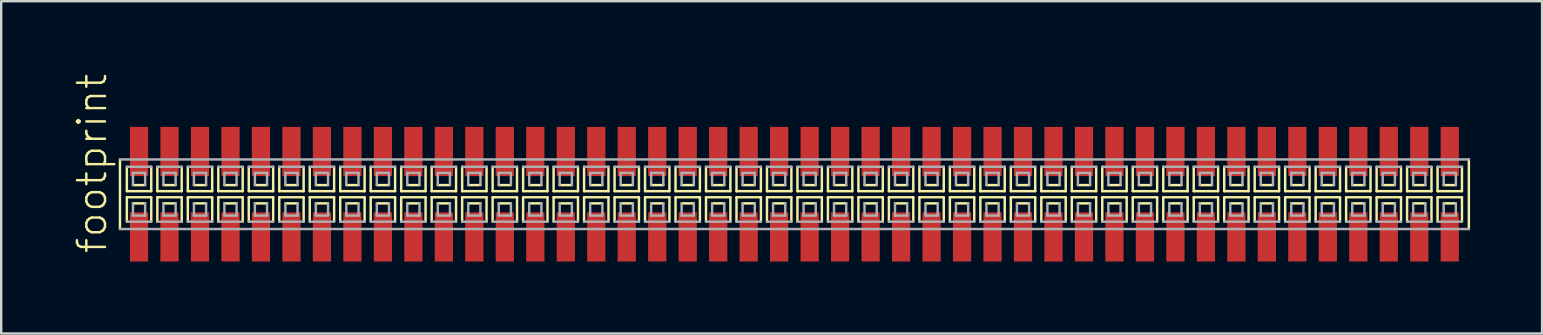
<source format=kicad_pcb>
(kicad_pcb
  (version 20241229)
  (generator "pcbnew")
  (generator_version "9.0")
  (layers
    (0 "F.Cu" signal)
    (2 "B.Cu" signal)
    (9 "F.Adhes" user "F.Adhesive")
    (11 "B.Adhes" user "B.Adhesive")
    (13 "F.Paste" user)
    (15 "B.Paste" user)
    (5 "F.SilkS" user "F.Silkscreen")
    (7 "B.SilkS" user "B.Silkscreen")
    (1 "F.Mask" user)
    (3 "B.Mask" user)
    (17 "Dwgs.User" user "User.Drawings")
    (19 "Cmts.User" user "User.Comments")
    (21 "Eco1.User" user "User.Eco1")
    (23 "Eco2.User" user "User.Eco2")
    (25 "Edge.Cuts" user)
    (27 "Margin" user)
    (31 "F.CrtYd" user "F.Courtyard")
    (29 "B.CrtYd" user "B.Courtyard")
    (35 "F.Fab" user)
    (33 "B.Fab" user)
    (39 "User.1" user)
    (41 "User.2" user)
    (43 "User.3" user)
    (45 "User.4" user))
  (footprint "footprint"
    (layer "F.Cu")
    (at 30.048 5.042)
    (property "Reference" "footprint" (at -28.575 2.54 90) (layer "F.SilkS") (effects (font (size 1.168 1.168) (thickness 0.102)) (justify left bottom)))
    (fp_line (start -28.1 -1.45) (end -28.1 1.45) (stroke (width 0.102) (type solid)) (layer "F.SilkS"))
    (fp_line (start -27.813 -1.143) (end -27.813 -0.127) (stroke (width 0.102) (type solid)) (layer "F.SilkS"))
    (fp_line (start -27.813 -0.127) (end -26.797 -0.127) (stroke (width 0.102) (type solid)) (layer "F.SilkS"))
    (fp_line (start -27.813 0.127) (end -27.813 1.143) (stroke (width 0.102) (type solid)) (layer "F.SilkS"))
    (fp_line (start -27.559 -0.381) (end -27.051 -0.381) (stroke (width 0.102) (type solid)) (layer "F.SilkS"))
    (fp_line (start -27.051 0.381) (end -27.559 0.381) (stroke (width 0.102) (type solid)) (layer "F.SilkS"))
    (fp_line (start -26.797 -0.127) (end -26.797 -1.143) (stroke (width 0.102) (type solid)) (layer "F.SilkS"))
    (fp_line (start -26.797 0.127) (end -27.813 0.127) (stroke (width 0.102) (type solid)) (layer "F.SilkS"))
    (fp_line (start -26.797 1.143) (end -26.797 0.127) (stroke (width 0.102) (type solid)) (layer "F.SilkS"))
    (fp_line (start -26.543 -1.143) (end -26.543 -0.127) (stroke (width 0.102) (type solid)) (layer "F.SilkS"))
    (fp_line (start -26.543 -0.127) (end -25.527 -0.127) (stroke (width 0.102) (type solid)) (layer "F.SilkS"))
    (fp_line (start -26.543 0.127) (end -26.543 1.143) (stroke (width 0.102) (type solid)) (layer "F.SilkS"))
    (fp_line (start -26.289 -0.381) (end -25.781 -0.381) (stroke (width 0.102) (type solid)) (layer "F.SilkS"))
    (fp_line (start -25.781 0.381) (end -26.289 0.381) (stroke (width 0.102) (type solid)) (layer "F.SilkS"))
    (fp_line (start -25.527 -0.127) (end -25.527 -1.143) (stroke (width 0.102) (type solid)) (layer "F.SilkS"))
    (fp_line (start -25.527 0.127) (end -26.543 0.127) (stroke (width 0.102) (type solid)) (layer "F.SilkS"))
    (fp_line (start -25.527 1.143) (end -25.527 0.127) (stroke (width 0.102) (type solid)) (layer "F.SilkS"))
    (fp_line (start -25.273 -1.143) (end -25.273 -0.127) (stroke (width 0.102) (type solid)) (layer "F.SilkS"))
    (fp_line (start -25.273 -0.127) (end -24.257 -0.127) (stroke (width 0.102) (type solid)) (layer "F.SilkS"))
    (fp_line (start -25.273 0.127) (end -25.273 1.143) (stroke (width 0.102) (type solid)) (layer "F.SilkS"))
    (fp_line (start -25.019 -0.381) (end -24.511 -0.381) (stroke (width 0.102) (type solid)) (layer "F.SilkS"))
    (fp_line (start -24.511 0.381) (end -25.019 0.381) (stroke (width 0.102) (type solid)) (layer "F.SilkS"))
    (fp_line (start -24.257 -0.127) (end -24.257 -1.143) (stroke (width 0.102) (type solid)) (layer "F.SilkS"))
    (fp_line (start -24.257 0.127) (end -25.273 0.127) (stroke (width 0.102) (type solid)) (layer "F.SilkS"))
    (fp_line (start -24.257 1.143) (end -24.257 0.127) (stroke (width 0.102) (type solid)) (layer "F.SilkS"))
    (fp_line (start -24.003 -1.143) (end -24.003 -0.127) (stroke (width 0.102) (type solid)) (layer "F.SilkS"))
    (fp_line (start -24.003 -0.127) (end -22.987 -0.127) (stroke (width 0.102) (type solid)) (layer "F.SilkS"))
    (fp_line (start -24.003 0.127) (end -24.003 1.143) (stroke (width 0.102) (type solid)) (layer "F.SilkS"))
    (fp_line (start -23.749 -0.381) (end -23.241 -0.381) (stroke (width 0.102) (type solid)) (layer "F.SilkS"))
    (fp_line (start -23.241 0.381) (end -23.749 0.381) (stroke (width 0.102) (type solid)) (layer "F.SilkS"))
    (fp_line (start -22.987 -0.127) (end -22.987 -1.143) (stroke (width 0.102) (type solid)) (layer "F.SilkS"))
    (fp_line (start -22.987 0.127) (end -24.003 0.127) (stroke (width 0.102) (type solid)) (layer "F.SilkS"))
    (fp_line (start -22.987 1.143) (end -22.987 0.127) (stroke (width 0.102) (type solid)) (layer "F.SilkS"))
    (fp_line (start -22.733 -1.143) (end -22.733 -0.127) (stroke (width 0.102) (type solid)) (layer "F.SilkS"))
    (fp_line (start -22.733 -0.127) (end -21.717 -0.127) (stroke (width 0.102) (type solid)) (layer "F.SilkS"))
    (fp_line (start -22.733 0.127) (end -22.733 1.143) (stroke (width 0.102) (type solid)) (layer "F.SilkS"))
    (fp_line (start -22.479 -0.381) (end -21.971 -0.381) (stroke (width 0.102) (type solid)) (layer "F.SilkS"))
    (fp_line (start -21.971 0.381) (end -22.479 0.381) (stroke (width 0.102) (type solid)) (layer "F.SilkS"))
    (fp_line (start -21.717 -0.127) (end -21.717 -1.143) (stroke (width 0.102) (type solid)) (layer "F.SilkS"))
    (fp_line (start -21.717 0.127) (end -22.733 0.127) (stroke (width 0.102) (type solid)) (layer "F.SilkS"))
    (fp_line (start -21.717 1.143) (end -21.717 0.127) (stroke (width 0.102) (type solid)) (layer "F.SilkS"))
    (fp_line (start -21.463 -1.143) (end -21.463 -0.127) (stroke (width 0.102) (type solid)) (layer "F.SilkS"))
    (fp_line (start -21.463 -0.127) (end -20.447 -0.127) (stroke (width 0.102) (type solid)) (layer "F.SilkS"))
    (fp_line (start -21.463 0.127) (end -21.463 1.143) (stroke (width 0.102) (type solid)) (layer "F.SilkS"))
    (fp_line (start -21.209 -0.381) (end -20.701 -0.381) (stroke (width 0.102) (type solid)) (layer "F.SilkS"))
    (fp_line (start -20.701 0.381) (end -21.209 0.381) (stroke (width 0.102) (type solid)) (layer "F.SilkS"))
    (fp_line (start -20.447 -0.127) (end -20.447 -1.143) (stroke (width 0.102) (type solid)) (layer "F.SilkS"))
    (fp_line (start -20.447 0.127) (end -21.463 0.127) (stroke (width 0.102) (type solid)) (layer "F.SilkS"))
    (fp_line (start -20.447 1.143) (end -20.447 0.127) (stroke (width 0.102) (type solid)) (layer "F.SilkS"))
    (fp_line (start -20.193 -1.143) (end -20.193 -0.127) (stroke (width 0.102) (type solid)) (layer "F.SilkS"))
    (fp_line (start -20.193 -0.127) (end -19.177 -0.127) (stroke (width 0.102) (type solid)) (layer "F.SilkS"))
    (fp_line (start -20.193 0.127) (end -20.193 1.143) (stroke (width 0.102) (type solid)) (layer "F.SilkS"))
    (fp_line (start -19.939 -0.381) (end -19.431 -0.381) (stroke (width 0.102) (type solid)) (layer "F.SilkS"))
    (fp_line (start -19.431 0.381) (end -19.939 0.381) (stroke (width 0.102) (type solid)) (layer "F.SilkS"))
    (fp_line (start -19.177 -0.127) (end -19.177 -1.143) (stroke (width 0.102) (type solid)) (layer "F.SilkS"))
    (fp_line (start -19.177 0.127) (end -20.193 0.127) (stroke (width 0.102) (type solid)) (layer "F.SilkS"))
    (fp_line (start -19.177 1.143) (end -19.177 0.127) (stroke (width 0.102) (type solid)) (layer "F.SilkS"))
    (fp_line (start -18.923 -1.143) (end -18.923 -0.127) (stroke (width 0.102) (type solid)) (layer "F.SilkS"))
    (fp_line (start -18.923 -0.127) (end -17.907 -0.127) (stroke (width 0.102) (type solid)) (layer "F.SilkS"))
    (fp_line (start -18.923 0.127) (end -18.923 1.143) (stroke (width 0.102) (type solid)) (layer "F.SilkS"))
    (fp_line (start -18.669 -0.381) (end -18.161 -0.381) (stroke (width 0.102) (type solid)) (layer "F.SilkS"))
    (fp_line (start -18.161 0.381) (end -18.669 0.381) (stroke (width 0.102) (type solid)) (layer "F.SilkS"))
    (fp_line (start -17.907 -0.127) (end -17.907 -1.143) (stroke (width 0.102) (type solid)) (layer "F.SilkS"))
    (fp_line (start -17.907 0.127) (end -18.923 0.127) (stroke (width 0.102) (type solid)) (layer "F.SilkS"))
    (fp_line (start -17.907 1.143) (end -17.907 0.127) (stroke (width 0.102) (type solid)) (layer "F.SilkS"))
    (fp_line (start -17.653 -1.143) (end -17.653 -0.127) (stroke (width 0.102) (type solid)) (layer "F.SilkS"))
    (fp_line (start -17.653 -0.127) (end -16.637 -0.127) (stroke (width 0.102) (type solid)) (layer "F.SilkS"))
    (fp_line (start -17.653 0.127) (end -17.653 1.143) (stroke (width 0.102) (type solid)) (layer "F.SilkS"))
    (fp_line (start -17.399 -0.381) (end -16.891 -0.381) (stroke (width 0.102) (type solid)) (layer "F.SilkS"))
    (fp_line (start -16.891 0.381) (end -17.399 0.381) (stroke (width 0.102) (type solid)) (layer "F.SilkS"))
    (fp_line (start -16.637 -0.127) (end -16.637 -1.143) (stroke (width 0.102) (type solid)) (layer "F.SilkS"))
    (fp_line (start -16.637 0.127) (end -17.653 0.127) (stroke (width 0.102) (type solid)) (layer "F.SilkS"))
    (fp_line (start -16.637 1.143) (end -16.637 0.127) (stroke (width 0.102) (type solid)) (layer "F.SilkS"))
    (fp_line (start -16.383 -1.143) (end -16.383 -0.127) (stroke (width 0.102) (type solid)) (layer "F.SilkS"))
    (fp_line (start -16.383 -0.127) (end -15.367 -0.127) (stroke (width 0.102) (type solid)) (layer "F.SilkS"))
    (fp_line (start -16.383 0.127) (end -16.383 1.143) (stroke (width 0.102) (type solid)) (layer "F.SilkS"))
    (fp_line (start -16.129 -0.381) (end -15.621 -0.381) (stroke (width 0.102) (type solid)) (layer "F.SilkS"))
    (fp_line (start -15.621 0.381) (end -16.129 0.381) (stroke (width 0.102) (type solid)) (layer "F.SilkS"))
    (fp_line (start -15.367 -0.127) (end -15.367 -1.143) (stroke (width 0.102) (type solid)) (layer "F.SilkS"))
    (fp_line (start -15.367 0.127) (end -16.383 0.127) (stroke (width 0.102) (type solid)) (layer "F.SilkS"))
    (fp_line (start -15.367 1.143) (end -15.367 0.127) (stroke (width 0.102) (type solid)) (layer "F.SilkS"))
    (fp_line (start -15.113 -1.143) (end -15.113 -0.127) (stroke (width 0.102) (type solid)) (layer "F.SilkS"))
    (fp_line (start -15.113 -0.127) (end -14.097 -0.127) (stroke (width 0.102) (type solid)) (layer "F.SilkS"))
    (fp_line (start -15.113 0.127) (end -15.113 1.143) (stroke (width 0.102) (type solid)) (layer "F.SilkS"))
    (fp_line (start -14.859 -0.381) (end -14.351 -0.381) (stroke (width 0.102) (type solid)) (layer "F.SilkS"))
    (fp_line (start -14.351 0.381) (end -14.859 0.381) (stroke (width 0.102) (type solid)) (layer "F.SilkS"))
    (fp_line (start -14.097 -0.127) (end -14.097 -1.143) (stroke (width 0.102) (type solid)) (layer "F.SilkS"))
    (fp_line (start -14.097 0.127) (end -15.113 0.127) (stroke (width 0.102) (type solid)) (layer "F.SilkS"))
    (fp_line (start -14.097 1.143) (end -14.097 0.127) (stroke (width 0.102) (type solid)) (layer "F.SilkS"))
    (fp_line (start -13.843 -1.143) (end -13.843 -0.127) (stroke (width 0.102) (type solid)) (layer "F.SilkS"))
    (fp_line (start -13.843 -0.127) (end -12.827 -0.127) (stroke (width 0.102) (type solid)) (layer "F.SilkS"))
    (fp_line (start -13.843 0.127) (end -13.843 1.143) (stroke (width 0.102) (type solid)) (layer "F.SilkS"))
    (fp_line (start -13.589 -0.381) (end -13.081 -0.381) (stroke (width 0.102) (type solid)) (layer "F.SilkS"))
    (fp_line (start -13.081 0.381) (end -13.589 0.381) (stroke (width 0.102) (type solid)) (layer "F.SilkS"))
    (fp_line (start -12.827 -0.127) (end -12.827 -1.143) (stroke (width 0.102) (type solid)) (layer "F.SilkS"))
    (fp_line (start -12.827 0.127) (end -13.843 0.127) (stroke (width 0.102) (type solid)) (layer "F.SilkS"))
    (fp_line (start -12.827 1.143) (end -12.827 0.127) (stroke (width 0.102) (type solid)) (layer "F.SilkS"))
    (fp_line (start -12.573 -1.143) (end -12.573 -0.127) (stroke (width 0.102) (type solid)) (layer "F.SilkS"))
    (fp_line (start -12.573 -0.127) (end -11.557 -0.127) (stroke (width 0.102) (type solid)) (layer "F.SilkS"))
    (fp_line (start -12.573 0.127) (end -12.573 1.143) (stroke (width 0.102) (type solid)) (layer "F.SilkS"))
    (fp_line (start -12.319 -0.381) (end -11.811 -0.381) (stroke (width 0.102) (type solid)) (layer "F.SilkS"))
    (fp_line (start -11.811 0.381) (end -12.319 0.381) (stroke (width 0.102) (type solid)) (layer "F.SilkS"))
    (fp_line (start -11.557 -0.127) (end -11.557 -1.143) (stroke (width 0.102) (type solid)) (layer "F.SilkS"))
    (fp_line (start -11.557 0.127) (end -12.573 0.127) (stroke (width 0.102) (type solid)) (layer "F.SilkS"))
    (fp_line (start -11.557 1.143) (end -11.557 0.127) (stroke (width 0.102) (type solid)) (layer "F.SilkS"))
    (fp_line (start -11.303 -1.143) (end -11.303 -0.127) (stroke (width 0.102) (type solid)) (layer "F.SilkS"))
    (fp_line (start -11.303 -0.127) (end -10.287 -0.127) (stroke (width 0.102) (type solid)) (layer "F.SilkS"))
    (fp_line (start -11.303 0.127) (end -11.303 1.143) (stroke (width 0.102) (type solid)) (layer "F.SilkS"))
    (fp_line (start -11.049 -0.381) (end -10.541 -0.381) (stroke (width 0.102) (type solid)) (layer "F.SilkS"))
    (fp_line (start -10.541 0.381) (end -11.049 0.381) (stroke (width 0.102) (type solid)) (layer "F.SilkS"))
    (fp_line (start -10.287 -0.127) (end -10.287 -1.143) (stroke (width 0.102) (type solid)) (layer "F.SilkS"))
    (fp_line (start -10.287 0.127) (end -11.303 0.127) (stroke (width 0.102) (type solid)) (layer "F.SilkS"))
    (fp_line (start -10.287 1.143) (end -10.287 0.127) (stroke (width 0.102) (type solid)) (layer "F.SilkS"))
    (fp_line (start -10.033 -1.143) (end -10.033 -0.127) (stroke (width 0.102) (type solid)) (layer "F.SilkS"))
    (fp_line (start -10.033 -0.127) (end -9.017 -0.127) (stroke (width 0.102) (type solid)) (layer "F.SilkS"))
    (fp_line (start -10.033 0.127) (end -10.033 1.143) (stroke (width 0.102) (type solid)) (layer "F.SilkS"))
    (fp_line (start -9.779 -0.381) (end -9.271 -0.381) (stroke (width 0.102) (type solid)) (layer "F.SilkS"))
    (fp_line (start -9.271 0.381) (end -9.779 0.381) (stroke (width 0.102) (type solid)) (layer "F.SilkS"))
    (fp_line (start -9.017 -0.127) (end -9.017 -1.143) (stroke (width 0.102) (type solid)) (layer "F.SilkS"))
    (fp_line (start -9.017 0.127) (end -10.033 0.127) (stroke (width 0.102) (type solid)) (layer "F.SilkS"))
    (fp_line (start -9.017 1.143) (end -9.017 0.127) (stroke (width 0.102) (type solid)) (layer "F.SilkS"))
    (fp_line (start -8.763 -1.143) (end -8.763 -0.127) (stroke (width 0.102) (type solid)) (layer "F.SilkS"))
    (fp_line (start -8.763 -0.127) (end -7.747 -0.127) (stroke (width 0.102) (type solid)) (layer "F.SilkS"))
    (fp_line (start -8.763 0.127) (end -8.763 1.143) (stroke (width 0.102) (type solid)) (layer "F.SilkS"))
    (fp_line (start -8.509 -0.381) (end -8.001 -0.381) (stroke (width 0.102) (type solid)) (layer "F.SilkS"))
    (fp_line (start -8.001 0.381) (end -8.509 0.381) (stroke (width 0.102) (type solid)) (layer "F.SilkS"))
    (fp_line (start -7.747 -0.127) (end -7.747 -1.143) (stroke (width 0.102) (type solid)) (layer "F.SilkS"))
    (fp_line (start -7.747 0.127) (end -8.763 0.127) (stroke (width 0.102) (type solid)) (layer "F.SilkS"))
    (fp_line (start -7.747 1.143) (end -7.747 0.127) (stroke (width 0.102) (type solid)) (layer "F.SilkS"))
    (fp_line (start -7.493 -1.143) (end -7.493 -0.127) (stroke (width 0.102) (type solid)) (layer "F.SilkS"))
    (fp_line (start -7.493 -0.127) (end -6.477 -0.127) (stroke (width 0.102) (type solid)) (layer "F.SilkS"))
    (fp_line (start -7.493 0.127) (end -7.493 1.143) (stroke (width 0.102) (type solid)) (layer "F.SilkS"))
    (fp_line (start -7.239 -0.381) (end -6.731 -0.381) (stroke (width 0.102) (type solid)) (layer "F.SilkS"))
    (fp_line (start -6.731 0.381) (end -7.239 0.381) (stroke (width 0.102) (type solid)) (layer "F.SilkS"))
    (fp_line (start -6.477 -0.127) (end -6.477 -1.143) (stroke (width 0.102) (type solid)) (layer "F.SilkS"))
    (fp_line (start -6.477 0.127) (end -7.493 0.127) (stroke (width 0.102) (type solid)) (layer "F.SilkS"))
    (fp_line (start -6.477 1.143) (end -6.477 0.127) (stroke (width 0.102) (type solid)) (layer "F.SilkS"))
    (fp_line (start -6.223 -1.143) (end -6.223 -0.127) (stroke (width 0.102) (type solid)) (layer "F.SilkS"))
    (fp_line (start -6.223 -0.127) (end -5.207 -0.127) (stroke (width 0.102) (type solid)) (layer "F.SilkS"))
    (fp_line (start -6.223 0.127) (end -6.223 1.143) (stroke (width 0.102) (type solid)) (layer "F.SilkS"))
    (fp_line (start -5.969 -0.381) (end -5.461 -0.381) (stroke (width 0.102) (type solid)) (layer "F.SilkS"))
    (fp_line (start -5.461 0.381) (end -5.969 0.381) (stroke (width 0.102) (type solid)) (layer "F.SilkS"))
    (fp_line (start -5.207 -0.127) (end -5.207 -1.143) (stroke (width 0.102) (type solid)) (layer "F.SilkS"))
    (fp_line (start -5.207 0.127) (end -6.223 0.127) (stroke (width 0.102) (type solid)) (layer "F.SilkS"))
    (fp_line (start -5.207 1.143) (end -5.207 0.127) (stroke (width 0.102) (type solid)) (layer "F.SilkS"))
    (fp_line (start -4.953 -1.143) (end -4.953 -0.127) (stroke (width 0.102) (type solid)) (layer "F.SilkS"))
    (fp_line (start -4.953 -0.127) (end -3.937 -0.127) (stroke (width 0.102) (type solid)) (layer "F.SilkS"))
    (fp_line (start -4.953 0.127) (end -4.953 1.143) (stroke (width 0.102) (type solid)) (layer "F.SilkS"))
    (fp_line (start -4.699 -0.381) (end -4.191 -0.381) (stroke (width 0.102) (type solid)) (layer "F.SilkS"))
    (fp_line (start -4.191 0.381) (end -4.699 0.381) (stroke (width 0.102) (type solid)) (layer "F.SilkS"))
    (fp_line (start -3.937 -0.127) (end -3.937 -1.143) (stroke (width 0.102) (type solid)) (layer "F.SilkS"))
    (fp_line (start -3.937 0.127) (end -4.953 0.127) (stroke (width 0.102) (type solid)) (layer "F.SilkS"))
    (fp_line (start -3.937 1.143) (end -3.937 0.127) (stroke (width 0.102) (type solid)) (layer "F.SilkS"))
    (fp_line (start -3.683 -1.143) (end -3.683 -0.127) (stroke (width 0.102) (type solid)) (layer "F.SilkS"))
    (fp_line (start -3.683 -0.127) (end -2.667 -0.127) (stroke (width 0.102) (type solid)) (layer "F.SilkS"))
    (fp_line (start -3.683 0.127) (end -3.683 1.143) (stroke (width 0.102) (type solid)) (layer "F.SilkS"))
    (fp_line (start -3.429 -0.381) (end -2.921 -0.381) (stroke (width 0.102) (type solid)) (layer "F.SilkS"))
    (fp_line (start -2.921 0.381) (end -3.429 0.381) (stroke (width 0.102) (type solid)) (layer "F.SilkS"))
    (fp_line (start -2.667 -0.127) (end -2.667 -1.143) (stroke (width 0.102) (type solid)) (layer "F.SilkS"))
    (fp_line (start -2.667 0.127) (end -3.683 0.127) (stroke (width 0.102) (type solid)) (layer "F.SilkS"))
    (fp_line (start -2.667 1.143) (end -2.667 0.127) (stroke (width 0.102) (type solid)) (layer "F.SilkS"))
    (fp_line (start -2.413 -1.143) (end -2.413 -0.127) (stroke (width 0.102) (type solid)) (layer "F.SilkS"))
    (fp_line (start -2.413 -0.127) (end -1.397 -0.127) (stroke (width 0.102) (type solid)) (layer "F.SilkS"))
    (fp_line (start -2.413 0.127) (end -2.413 1.143) (stroke (width 0.102) (type solid)) (layer "F.SilkS"))
    (fp_line (start -2.159 -0.381) (end -1.651 -0.381) (stroke (width 0.102) (type solid)) (layer "F.SilkS"))
    (fp_line (start -1.651 0.381) (end -2.159 0.381) (stroke (width 0.102) (type solid)) (layer "F.SilkS"))
    (fp_line (start -1.397 -0.127) (end -1.397 -1.143) (stroke (width 0.102) (type solid)) (layer "F.SilkS"))
    (fp_line (start -1.397 0.127) (end -2.413 0.127) (stroke (width 0.102) (type solid)) (layer "F.SilkS"))
    (fp_line (start -1.397 1.143) (end -1.397 0.127) (stroke (width 0.102) (type solid)) (layer "F.SilkS"))
    (fp_line (start -1.143 -1.143) (end -1.143 -0.127) (stroke (width 0.102) (type solid)) (layer "F.SilkS"))
    (fp_line (start -1.143 -0.127) (end -0.127 -0.127) (stroke (width 0.102) (type solid)) (layer "F.SilkS"))
    (fp_line (start -1.143 0.127) (end -1.143 1.143) (stroke (width 0.102) (type solid)) (layer "F.SilkS"))
    (fp_line (start -0.889 -0.381) (end -0.381 -0.381) (stroke (width 0.102) (type solid)) (layer "F.SilkS"))
    (fp_line (start -0.381 0.381) (end -0.889 0.381) (stroke (width 0.102) (type solid)) (layer "F.SilkS"))
    (fp_line (start -0.127 -0.127) (end -0.127 -1.143) (stroke (width 0.102) (type solid)) (layer "F.SilkS"))
    (fp_line (start -0.127 0.127) (end -1.143 0.127) (stroke (width 0.102) (type solid)) (layer "F.SilkS"))
    (fp_line (start -0.127 1.143) (end -0.127 0.127) (stroke (width 0.102) (type solid)) (layer "F.SilkS"))
    (fp_line (start 0.127 -1.143) (end 0.127 -0.127) (stroke (width 0.102) (type solid)) (layer "F.SilkS"))
    (fp_line (start 0.127 -0.127) (end 1.143 -0.127) (stroke (width 0.102) (type solid)) (layer "F.SilkS"))
    (fp_line (start 0.127 0.127) (end 0.127 1.143) (stroke (width 0.102) (type solid)) (layer "F.SilkS"))
    (fp_line (start 0.381 -0.381) (end 0.889 -0.381) (stroke (width 0.102) (type solid)) (layer "F.SilkS"))
    (fp_line (start 0.889 0.381) (end 0.381 0.381) (stroke (width 0.102) (type solid)) (layer "F.SilkS"))
    (fp_line (start 1.143 -0.127) (end 1.143 -1.143) (stroke (width 0.102) (type solid)) (layer "F.SilkS"))
    (fp_line (start 1.143 0.127) (end 0.127 0.127) (stroke (width 0.102) (type solid)) (layer "F.SilkS"))
    (fp_line (start 1.143 1.143) (end 1.143 0.127) (stroke (width 0.102) (type solid)) (layer "F.SilkS"))
    (fp_line (start 1.397 -1.143) (end 1.397 -0.127) (stroke (width 0.102) (type solid)) (layer "F.SilkS"))
    (fp_line (start 1.397 -0.127) (end 2.413 -0.127) (stroke (width 0.102) (type solid)) (layer "F.SilkS"))
    (fp_line (start 1.397 0.127) (end 1.397 1.143) (stroke (width 0.102) (type solid)) (layer "F.SilkS"))
    (fp_line (start 1.651 -0.381) (end 2.159 -0.381) (stroke (width 0.102) (type solid)) (layer "F.SilkS"))
    (fp_line (start 2.159 0.381) (end 1.651 0.381) (stroke (width 0.102) (type solid)) (layer "F.SilkS"))
    (fp_line (start 2.413 -0.127) (end 2.413 -1.143) (stroke (width 0.102) (type solid)) (layer "F.SilkS"))
    (fp_line (start 2.413 0.127) (end 1.397 0.127) (stroke (width 0.102) (type solid)) (layer "F.SilkS"))
    (fp_line (start 2.413 1.143) (end 2.413 0.127) (stroke (width 0.102) (type solid)) (layer "F.SilkS"))
    (fp_line (start 2.667 -1.143) (end 2.667 -0.127) (stroke (width 0.102) (type solid)) (layer "F.SilkS"))
    (fp_line (start 2.667 -0.127) (end 3.683 -0.127) (stroke (width 0.102) (type solid)) (layer "F.SilkS"))
    (fp_line (start 2.667 0.127) (end 2.667 1.143) (stroke (width 0.102) (type solid)) (layer "F.SilkS"))
    (fp_line (start 2.921 -0.381) (end 3.429 -0.381) (stroke (width 0.102) (type solid)) (layer "F.SilkS"))
    (fp_line (start 3.429 0.381) (end 2.921 0.381) (stroke (width 0.102) (type solid)) (layer "F.SilkS"))
    (fp_line (start 3.683 -0.127) (end 3.683 -1.143) (stroke (width 0.102) (type solid)) (layer "F.SilkS"))
    (fp_line (start 3.683 0.127) (end 2.667 0.127) (stroke (width 0.102) (type solid)) (layer "F.SilkS"))
    (fp_line (start 3.683 1.143) (end 3.683 0.127) (stroke (width 0.102) (type solid)) (layer "F.SilkS"))
    (fp_line (start 3.937 -1.143) (end 3.937 -0.127) (stroke (width 0.102) (type solid)) (layer "F.SilkS"))
    (fp_line (start 3.937 -0.127) (end 4.953 -0.127) (stroke (width 0.102) (type solid)) (layer "F.SilkS"))
    (fp_line (start 3.937 0.127) (end 3.937 1.143) (stroke (width 0.102) (type solid)) (layer "F.SilkS"))
    (fp_line (start 4.191 -0.381) (end 4.699 -0.381) (stroke (width 0.102) (type solid)) (layer "F.SilkS"))
    (fp_line (start 4.699 0.381) (end 4.191 0.381) (stroke (width 0.102) (type solid)) (layer "F.SilkS"))
    (fp_line (start 4.953 -0.127) (end 4.953 -1.143) (stroke (width 0.102) (type solid)) (layer "F.SilkS"))
    (fp_line (start 4.953 0.127) (end 3.937 0.127) (stroke (width 0.102) (type solid)) (layer "F.SilkS"))
    (fp_line (start 4.953 1.143) (end 4.953 0.127) (stroke (width 0.102) (type solid)) (layer "F.SilkS"))
    (fp_line (start 5.207 -1.143) (end 5.207 -0.127) (stroke (width 0.102) (type solid)) (layer "F.SilkS"))
    (fp_line (start 5.207 -0.127) (end 6.223 -0.127) (stroke (width 0.102) (type solid)) (layer "F.SilkS"))
    (fp_line (start 5.207 0.127) (end 5.207 1.143) (stroke (width 0.102) (type solid)) (layer "F.SilkS"))
    (fp_line (start 5.461 -0.381) (end 5.969 -0.381) (stroke (width 0.102) (type solid)) (layer "F.SilkS"))
    (fp_line (start 5.969 0.381) (end 5.461 0.381) (stroke (width 0.102) (type solid)) (layer "F.SilkS"))
    (fp_line (start 6.223 -0.127) (end 6.223 -1.143) (stroke (width 0.102) (type solid)) (layer "F.SilkS"))
    (fp_line (start 6.223 0.127) (end 5.207 0.127) (stroke (width 0.102) (type solid)) (layer "F.SilkS"))
    (fp_line (start 6.223 1.143) (end 6.223 0.127) (stroke (width 0.102) (type solid)) (layer "F.SilkS"))
    (fp_line (start 6.477 -1.143) (end 6.477 -0.127) (stroke (width 0.102) (type solid)) (layer "F.SilkS"))
    (fp_line (start 6.477 -0.127) (end 7.493 -0.127) (stroke (width 0.102) (type solid)) (layer "F.SilkS"))
    (fp_line (start 6.477 0.127) (end 6.477 1.143) (stroke (width 0.102) (type solid)) (layer "F.SilkS"))
    (fp_line (start 6.731 -0.381) (end 7.239 -0.381) (stroke (width 0.102) (type solid)) (layer "F.SilkS"))
    (fp_line (start 7.239 0.381) (end 6.731 0.381) (stroke (width 0.102) (type solid)) (layer "F.SilkS"))
    (fp_line (start 7.493 -0.127) (end 7.493 -1.143) (stroke (width 0.102) (type solid)) (layer "F.SilkS"))
    (fp_line (start 7.493 0.127) (end 6.477 0.127) (stroke (width 0.102) (type solid)) (layer "F.SilkS"))
    (fp_line (start 7.493 1.143) (end 7.493 0.127) (stroke (width 0.102) (type solid)) (layer "F.SilkS"))
    (fp_line (start 7.747 -1.143) (end 7.747 -0.127) (stroke (width 0.102) (type solid)) (layer "F.SilkS"))
    (fp_line (start 7.747 -0.127) (end 8.763 -0.127) (stroke (width 0.102) (type solid)) (layer "F.SilkS"))
    (fp_line (start 7.747 0.127) (end 7.747 1.143) (stroke (width 0.102) (type solid)) (layer "F.SilkS"))
    (fp_line (start 8.001 -0.381) (end 8.509 -0.381) (stroke (width 0.102) (type solid)) (layer "F.SilkS"))
    (fp_line (start 8.509 0.381) (end 8.001 0.381) (stroke (width 0.102) (type solid)) (layer "F.SilkS"))
    (fp_line (start 8.763 -0.127) (end 8.763 -1.143) (stroke (width 0.102) (type solid)) (layer "F.SilkS"))
    (fp_line (start 8.763 0.127) (end 7.747 0.127) (stroke (width 0.102) (type solid)) (layer "F.SilkS"))
    (fp_line (start 8.763 1.143) (end 8.763 0.127) (stroke (width 0.102) (type solid)) (layer "F.SilkS"))
    (fp_line (start 9.017 -1.143) (end 9.017 -0.127) (stroke (width 0.102) (type solid)) (layer "F.SilkS"))
    (fp_line (start 9.017 -0.127) (end 10.033 -0.127) (stroke (width 0.102) (type solid)) (layer "F.SilkS"))
    (fp_line (start 9.017 0.127) (end 9.017 1.143) (stroke (width 0.102) (type solid)) (layer "F.SilkS"))
    (fp_line (start 9.271 -0.381) (end 9.779 -0.381) (stroke (width 0.102) (type solid)) (layer "F.SilkS"))
    (fp_line (start 9.779 0.381) (end 9.271 0.381) (stroke (width 0.102) (type solid)) (layer "F.SilkS"))
    (fp_line (start 10.033 -0.127) (end 10.033 -1.143) (stroke (width 0.102) (type solid)) (layer "F.SilkS"))
    (fp_line (start 10.033 0.127) (end 9.017 0.127) (stroke (width 0.102) (type solid)) (layer "F.SilkS"))
    (fp_line (start 10.033 1.143) (end 10.033 0.127) (stroke (width 0.102) (type solid)) (layer "F.SilkS"))
    (fp_line (start 10.287 -1.143) (end 10.287 -0.127) (stroke (width 0.102) (type solid)) (layer "F.SilkS"))
    (fp_line (start 10.287 -0.127) (end 11.303 -0.127) (stroke (width 0.102) (type solid)) (layer "F.SilkS"))
    (fp_line (start 10.287 0.127) (end 10.287 1.143) (stroke (width 0.102) (type solid)) (layer "F.SilkS"))
    (fp_line (start 10.541 -0.381) (end 11.049 -0.381) (stroke (width 0.102) (type solid)) (layer "F.SilkS"))
    (fp_line (start 11.049 0.381) (end 10.541 0.381) (stroke (width 0.102) (type solid)) (layer "F.SilkS"))
    (fp_line (start 11.303 -0.127) (end 11.303 -1.143) (stroke (width 0.102) (type solid)) (layer "F.SilkS"))
    (fp_line (start 11.303 0.127) (end 10.287 0.127) (stroke (width 0.102) (type solid)) (layer "F.SilkS"))
    (fp_line (start 11.303 1.143) (end 11.303 0.127) (stroke (width 0.102) (type solid)) (layer "F.SilkS"))
    (fp_line (start 11.557 -1.143) (end 11.557 -0.127) (stroke (width 0.102) (type solid)) (layer "F.SilkS"))
    (fp_line (start 11.557 -0.127) (end 12.573 -0.127) (stroke (width 0.102) (type solid)) (layer "F.SilkS"))
    (fp_line (start 11.557 0.127) (end 11.557 1.143) (stroke (width 0.102) (type solid)) (layer "F.SilkS"))
    (fp_line (start 11.811 -0.381) (end 12.319 -0.381) (stroke (width 0.102) (type solid)) (layer "F.SilkS"))
    (fp_line (start 12.319 0.381) (end 11.811 0.381) (stroke (width 0.102) (type solid)) (layer "F.SilkS"))
    (fp_line (start 12.573 -0.127) (end 12.573 -1.143) (stroke (width 0.102) (type solid)) (layer "F.SilkS"))
    (fp_line (start 12.573 0.127) (end 11.557 0.127) (stroke (width 0.102) (type solid)) (layer "F.SilkS"))
    (fp_line (start 12.573 1.143) (end 12.573 0.127) (stroke (width 0.102) (type solid)) (layer "F.SilkS"))
    (fp_line (start 12.827 -1.143) (end 12.827 -0.127) (stroke (width 0.102) (type solid)) (layer "F.SilkS"))
    (fp_line (start 12.827 -0.127) (end 13.843 -0.127) (stroke (width 0.102) (type solid)) (layer "F.SilkS"))
    (fp_line (start 12.827 0.127) (end 12.827 1.143) (stroke (width 0.102) (type solid)) (layer "F.SilkS"))
    (fp_line (start 13.081 -0.381) (end 13.589 -0.381) (stroke (width 0.102) (type solid)) (layer "F.SilkS"))
    (fp_line (start 13.589 0.381) (end 13.081 0.381) (stroke (width 0.102) (type solid)) (layer "F.SilkS"))
    (fp_line (start 13.843 -0.127) (end 13.843 -1.143) (stroke (width 0.102) (type solid)) (layer "F.SilkS"))
    (fp_line (start 13.843 0.127) (end 12.827 0.127) (stroke (width 0.102) (type solid)) (layer "F.SilkS"))
    (fp_line (start 13.843 1.143) (end 13.843 0.127) (stroke (width 0.102) (type solid)) (layer "F.SilkS"))
    (fp_line (start 14.097 -1.143) (end 14.097 -0.127) (stroke (width 0.102) (type solid)) (layer "F.SilkS"))
    (fp_line (start 14.097 -0.127) (end 15.113 -0.127) (stroke (width 0.102) (type solid)) (layer "F.SilkS"))
    (fp_line (start 14.097 0.127) (end 14.097 1.143) (stroke (width 0.102) (type solid)) (layer "F.SilkS"))
    (fp_line (start 14.351 -0.381) (end 14.859 -0.381) (stroke (width 0.102) (type solid)) (layer "F.SilkS"))
    (fp_line (start 14.859 0.381) (end 14.351 0.381) (stroke (width 0.102) (type solid)) (layer "F.SilkS"))
    (fp_line (start 15.113 -0.127) (end 15.113 -1.143) (stroke (width 0.102) (type solid)) (layer "F.SilkS"))
    (fp_line (start 15.113 0.127) (end 14.097 0.127) (stroke (width 0.102) (type solid)) (layer "F.SilkS"))
    (fp_line (start 15.113 1.143) (end 15.113 0.127) (stroke (width 0.102) (type solid)) (layer "F.SilkS"))
    (fp_line (start 15.367 -1.143) (end 15.367 -0.127) (stroke (width 0.102) (type solid)) (layer "F.SilkS"))
    (fp_line (start 15.367 -0.127) (end 16.383 -0.127) (stroke (width 0.102) (type solid)) (layer "F.SilkS"))
    (fp_line (start 15.367 0.127) (end 15.367 1.143) (stroke (width 0.102) (type solid)) (layer "F.SilkS"))
    (fp_line (start 15.621 -0.381) (end 16.129 -0.381) (stroke (width 0.102) (type solid)) (layer "F.SilkS"))
    (fp_line (start 16.129 0.381) (end 15.621 0.381) (stroke (width 0.102) (type solid)) (layer "F.SilkS"))
    (fp_line (start 16.383 -0.127) (end 16.383 -1.143) (stroke (width 0.102) (type solid)) (layer "F.SilkS"))
    (fp_line (start 16.383 0.127) (end 15.367 0.127) (stroke (width 0.102) (type solid)) (layer "F.SilkS"))
    (fp_line (start 16.383 1.143) (end 16.383 0.127) (stroke (width 0.102) (type solid)) (layer "F.SilkS"))
    (fp_line (start 16.637 -1.143) (end 16.637 -0.127) (stroke (width 0.102) (type solid)) (layer "F.SilkS"))
    (fp_line (start 16.637 -0.127) (end 17.653 -0.127) (stroke (width 0.102) (type solid)) (layer "F.SilkS"))
    (fp_line (start 16.637 0.127) (end 16.637 1.143) (stroke (width 0.102) (type solid)) (layer "F.SilkS"))
    (fp_line (start 16.891 -0.381) (end 17.399 -0.381) (stroke (width 0.102) (type solid)) (layer "F.SilkS"))
    (fp_line (start 17.399 0.381) (end 16.891 0.381) (stroke (width 0.102) (type solid)) (layer "F.SilkS"))
    (fp_line (start 17.653 -0.127) (end 17.653 -1.143) (stroke (width 0.102) (type solid)) (layer "F.SilkS"))
    (fp_line (start 17.653 0.127) (end 16.637 0.127) (stroke (width 0.102) (type solid)) (layer "F.SilkS"))
    (fp_line (start 17.653 1.143) (end 17.653 0.127) (stroke (width 0.102) (type solid)) (layer "F.SilkS"))
    (fp_line (start 17.907 -1.143) (end 17.907 -0.127) (stroke (width 0.102) (type solid)) (layer "F.SilkS"))
    (fp_line (start 17.907 -0.127) (end 18.923 -0.127) (stroke (width 0.102) (type solid)) (layer "F.SilkS"))
    (fp_line (start 17.907 0.127) (end 17.907 1.143) (stroke (width 0.102) (type solid)) (layer "F.SilkS"))
    (fp_line (start 18.161 -0.381) (end 18.669 -0.381) (stroke (width 0.102) (type solid)) (layer "F.SilkS"))
    (fp_line (start 18.669 0.381) (end 18.161 0.381) (stroke (width 0.102) (type solid)) (layer "F.SilkS"))
    (fp_line (start 18.923 -0.127) (end 18.923 -1.143) (stroke (width 0.102) (type solid)) (layer "F.SilkS"))
    (fp_line (start 18.923 0.127) (end 17.907 0.127) (stroke (width 0.102) (type solid)) (layer "F.SilkS"))
    (fp_line (start 18.923 1.143) (end 18.923 0.127) (stroke (width 0.102) (type solid)) (layer "F.SilkS"))
    (fp_line (start 19.177 -1.143) (end 19.177 -0.127) (stroke (width 0.102) (type solid)) (layer "F.SilkS"))
    (fp_line (start 19.177 -0.127) (end 20.193 -0.127) (stroke (width 0.102) (type solid)) (layer "F.SilkS"))
    (fp_line (start 19.177 0.127) (end 19.177 1.143) (stroke (width 0.102) (type solid)) (layer "F.SilkS"))
    (fp_line (start 19.431 -0.381) (end 19.939 -0.381) (stroke (width 0.102) (type solid)) (layer "F.SilkS"))
    (fp_line (start 19.939 0.381) (end 19.431 0.381) (stroke (width 0.102) (type solid)) (layer "F.SilkS"))
    (fp_line (start 20.193 -0.127) (end 20.193 -1.143) (stroke (width 0.102) (type solid)) (layer "F.SilkS"))
    (fp_line (start 20.193 0.127) (end 19.177 0.127) (stroke (width 0.102) (type solid)) (layer "F.SilkS"))
    (fp_line (start 20.193 1.143) (end 20.193 0.127) (stroke (width 0.102) (type solid)) (layer "F.SilkS"))
    (fp_line (start 20.447 -1.143) (end 20.447 -0.127) (stroke (width 0.102) (type solid)) (layer "F.SilkS"))
    (fp_line (start 20.447 -0.127) (end 21.463 -0.127) (stroke (width 0.102) (type solid)) (layer "F.SilkS"))
    (fp_line (start 20.447 0.127) (end 20.447 1.143) (stroke (width 0.102) (type solid)) (layer "F.SilkS"))
    (fp_line (start 20.701 -0.381) (end 21.209 -0.381) (stroke (width 0.102) (type solid)) (layer "F.SilkS"))
    (fp_line (start 21.209 0.381) (end 20.701 0.381) (stroke (width 0.102) (type solid)) (layer "F.SilkS"))
    (fp_line (start 21.463 -0.127) (end 21.463 -1.143) (stroke (width 0.102) (type solid)) (layer "F.SilkS"))
    (fp_line (start 21.463 0.127) (end 20.447 0.127) (stroke (width 0.102) (type solid)) (layer "F.SilkS"))
    (fp_line (start 21.463 1.143) (end 21.463 0.127) (stroke (width 0.102) (type solid)) (layer "F.SilkS"))
    (fp_line (start 21.717 -1.143) (end 21.717 -0.127) (stroke (width 0.102) (type solid)) (layer "F.SilkS"))
    (fp_line (start 21.717 -0.127) (end 22.733 -0.127) (stroke (width 0.102) (type solid)) (layer "F.SilkS"))
    (fp_line (start 21.717 0.127) (end 21.717 1.143) (stroke (width 0.102) (type solid)) (layer "F.SilkS"))
    (fp_line (start 21.971 -0.381) (end 22.479 -0.381) (stroke (width 0.102) (type solid)) (layer "F.SilkS"))
    (fp_line (start 22.479 0.381) (end 21.971 0.381) (stroke (width 0.102) (type solid)) (layer "F.SilkS"))
    (fp_line (start 22.733 -0.127) (end 22.733 -1.143) (stroke (width 0.102) (type solid)) (layer "F.SilkS"))
    (fp_line (start 22.733 0.127) (end 21.717 0.127) (stroke (width 0.102) (type solid)) (layer "F.SilkS"))
    (fp_line (start 22.733 1.143) (end 22.733 0.127) (stroke (width 0.102) (type solid)) (layer "F.SilkS"))
    (fp_line (start 22.987 -1.143) (end 22.987 -0.127) (stroke (width 0.102) (type solid)) (layer "F.SilkS"))
    (fp_line (start 22.987 -0.127) (end 24.003 -0.127) (stroke (width 0.102) (type solid)) (layer "F.SilkS"))
    (fp_line (start 22.987 0.127) (end 22.987 1.143) (stroke (width 0.102) (type solid)) (layer "F.SilkS"))
    (fp_line (start 23.241 -0.381) (end 23.749 -0.381) (stroke (width 0.102) (type solid)) (layer "F.SilkS"))
    (fp_line (start 23.749 0.381) (end 23.241 0.381) (stroke (width 0.102) (type solid)) (layer "F.SilkS"))
    (fp_line (start 24.003 -0.127) (end 24.003 -1.143) (stroke (width 0.102) (type solid)) (layer "F.SilkS"))
    (fp_line (start 24.003 0.127) (end 22.987 0.127) (stroke (width 0.102) (type solid)) (layer "F.SilkS"))
    (fp_line (start 24.003 1.143) (end 24.003 0.127) (stroke (width 0.102) (type solid)) (layer "F.SilkS"))
    (fp_line (start 24.257 -1.143) (end 24.257 -0.127) (stroke (width 0.102) (type solid)) (layer "F.SilkS"))
    (fp_line (start 24.257 -0.127) (end 25.273 -0.127) (stroke (width 0.102) (type solid)) (layer "F.SilkS"))
    (fp_line (start 24.257 0.127) (end 24.257 1.143) (stroke (width 0.102) (type solid)) (layer "F.SilkS"))
    (fp_line (start 24.511 -0.381) (end 25.019 -0.381) (stroke (width 0.102) (type solid)) (layer "F.SilkS"))
    (fp_line (start 25.019 0.381) (end 24.511 0.381) (stroke (width 0.102) (type solid)) (layer "F.SilkS"))
    (fp_line (start 25.273 -0.127) (end 25.273 -1.143) (stroke (width 0.102) (type solid)) (layer "F.SilkS"))
    (fp_line (start 25.273 0.127) (end 24.257 0.127) (stroke (width 0.102) (type solid)) (layer "F.SilkS"))
    (fp_line (start 25.273 1.143) (end 25.273 0.127) (stroke (width 0.102) (type solid)) (layer "F.SilkS"))
    (fp_line (start 25.527 -1.143) (end 25.527 -0.127) (stroke (width 0.102) (type solid)) (layer "F.SilkS"))
    (fp_line (start 25.527 -0.127) (end 26.543 -0.127) (stroke (width 0.102) (type solid)) (layer "F.SilkS"))
    (fp_line (start 25.527 0.127) (end 25.527 1.143) (stroke (width 0.102) (type solid)) (layer "F.SilkS"))
    (fp_line (start 25.781 -0.381) (end 26.289 -0.381) (stroke (width 0.102) (type solid)) (layer "F.SilkS"))
    (fp_line (start 26.289 0.381) (end 25.781 0.381) (stroke (width 0.102) (type solid)) (layer "F.SilkS"))
    (fp_line (start 26.543 -0.127) (end 26.543 -1.143) (stroke (width 0.102) (type solid)) (layer "F.SilkS"))
    (fp_line (start 26.543 0.127) (end 25.527 0.127) (stroke (width 0.102) (type solid)) (layer "F.SilkS"))
    (fp_line (start 26.543 1.143) (end 26.543 0.127) (stroke (width 0.102) (type solid)) (layer "F.SilkS"))
    (fp_line (start 26.797 -1.143) (end 26.797 -0.127) (stroke (width 0.102) (type solid)) (layer "F.SilkS"))
    (fp_line (start 26.797 -0.127) (end 27.813 -0.127) (stroke (width 0.102) (type solid)) (layer "F.SilkS"))
    (fp_line (start 26.797 0.127) (end 26.797 1.143) (stroke (width 0.102) (type solid)) (layer "F.SilkS"))
    (fp_line (start 27.051 -0.381) (end 27.559 -0.381) (stroke (width 0.102) (type solid)) (layer "F.SilkS"))
    (fp_line (start 27.559 0.381) (end 27.051 0.381) (stroke (width 0.102) (type solid)) (layer "F.SilkS"))
    (fp_line (start 27.813 -0.127) (end 27.813 -1.143) (stroke (width 0.102) (type solid)) (layer "F.SilkS"))
    (fp_line (start 27.813 0.127) (end 26.797 0.127) (stroke (width 0.102) (type solid)) (layer "F.SilkS"))
    (fp_line (start 27.813 1.143) (end 27.813 0.127) (stroke (width 0.102) (type solid)) (layer "F.SilkS"))
    (fp_line (start 28.1 1.45) (end 28.1 -1.45) (stroke (width 0.102) (type solid)) (layer "F.SilkS"))
    (fp_line (start -28.1 1.45) (end 28.1 1.45) (stroke (width 0.102) (type solid)) (layer "F.Fab"))
    (fp_line (start -27.813 1.143) (end -26.797 1.143) (stroke (width 0.102) (type solid)) (layer "F.Fab"))
    (fp_line (start -27.559 -0.889) (end -27.559 -0.381) (stroke (width 0.102) (type solid)) (layer "F.Fab"))
    (fp_line (start -27.559 0.381) (end -27.559 0.889) (stroke (width 0.102) (type solid)) (layer "F.Fab"))
    (fp_line (start -27.559 0.889) (end -27.051 0.889) (stroke (width 0.102) (type solid)) (layer "F.Fab"))
    (fp_line (start -27.051 -0.889) (end -27.559 -0.889) (stroke (width 0.102) (type solid)) (layer "F.Fab"))
    (fp_line (start -27.051 -0.381) (end -27.051 -0.889) (stroke (width 0.102) (type solid)) (layer "F.Fab"))
    (fp_line (start -27.051 0.889) (end -27.051 0.381) (stroke (width 0.102) (type solid)) (layer "F.Fab"))
    (fp_line (start -26.797 -1.143) (end -27.813 -1.143) (stroke (width 0.102) (type solid)) (layer "F.Fab"))
    (fp_line (start -26.543 1.143) (end -25.527 1.143) (stroke (width 0.102) (type solid)) (layer "F.Fab"))
    (fp_line (start -26.289 -0.889) (end -26.289 -0.381) (stroke (width 0.102) (type solid)) (layer "F.Fab"))
    (fp_line (start -26.289 0.381) (end -26.289 0.889) (stroke (width 0.102) (type solid)) (layer "F.Fab"))
    (fp_line (start -26.289 0.889) (end -25.781 0.889) (stroke (width 0.102) (type solid)) (layer "F.Fab"))
    (fp_line (start -25.781 -0.889) (end -26.289 -0.889) (stroke (width 0.102) (type solid)) (layer "F.Fab"))
    (fp_line (start -25.781 -0.381) (end -25.781 -0.889) (stroke (width 0.102) (type solid)) (layer "F.Fab"))
    (fp_line (start -25.781 0.889) (end -25.781 0.381) (stroke (width 0.102) (type solid)) (layer "F.Fab"))
    (fp_line (start -25.527 -1.143) (end -26.543 -1.143) (stroke (width 0.102) (type solid)) (layer "F.Fab"))
    (fp_line (start -25.273 1.143) (end -24.257 1.143) (stroke (width 0.102) (type solid)) (layer "F.Fab"))
    (fp_line (start -25.019 -0.889) (end -25.019 -0.381) (stroke (width 0.102) (type solid)) (layer "F.Fab"))
    (fp_line (start -25.019 0.381) (end -25.019 0.889) (stroke (width 0.102) (type solid)) (layer "F.Fab"))
    (fp_line (start -25.019 0.889) (end -24.511 0.889) (stroke (width 0.102) (type solid)) (layer "F.Fab"))
    (fp_line (start -24.511 -0.889) (end -25.019 -0.889) (stroke (width 0.102) (type solid)) (layer "F.Fab"))
    (fp_line (start -24.511 -0.381) (end -24.511 -0.889) (stroke (width 0.102) (type solid)) (layer "F.Fab"))
    (fp_line (start -24.511 0.889) (end -24.511 0.381) (stroke (width 0.102) (type solid)) (layer "F.Fab"))
    (fp_line (start -24.257 -1.143) (end -25.273 -1.143) (stroke (width 0.102) (type solid)) (layer "F.Fab"))
    (fp_line (start -24.003 1.143) (end -22.987 1.143) (stroke (width 0.102) (type solid)) (layer "F.Fab"))
    (fp_line (start -23.749 -0.889) (end -23.749 -0.381) (stroke (width 0.102) (type solid)) (layer "F.Fab"))
    (fp_line (start -23.749 0.381) (end -23.749 0.889) (stroke (width 0.102) (type solid)) (layer "F.Fab"))
    (fp_line (start -23.749 0.889) (end -23.241 0.889) (stroke (width 0.102) (type solid)) (layer "F.Fab"))
    (fp_line (start -23.241 -0.889) (end -23.749 -0.889) (stroke (width 0.102) (type solid)) (layer "F.Fab"))
    (fp_line (start -23.241 -0.381) (end -23.241 -0.889) (stroke (width 0.102) (type solid)) (layer "F.Fab"))
    (fp_line (start -23.241 0.889) (end -23.241 0.381) (stroke (width 0.102) (type solid)) (layer "F.Fab"))
    (fp_line (start -22.987 -1.143) (end -24.003 -1.143) (stroke (width 0.102) (type solid)) (layer "F.Fab"))
    (fp_line (start -22.733 1.143) (end -21.717 1.143) (stroke (width 0.102) (type solid)) (layer "F.Fab"))
    (fp_line (start -22.479 -0.889) (end -22.479 -0.381) (stroke (width 0.102) (type solid)) (layer "F.Fab"))
    (fp_line (start -22.479 0.381) (end -22.479 0.889) (stroke (width 0.102) (type solid)) (layer "F.Fab"))
    (fp_line (start -22.479 0.889) (end -21.971 0.889) (stroke (width 0.102) (type solid)) (layer "F.Fab"))
    (fp_line (start -21.971 -0.889) (end -22.479 -0.889) (stroke (width 0.102) (type solid)) (layer "F.Fab"))
    (fp_line (start -21.971 -0.381) (end -21.971 -0.889) (stroke (width 0.102) (type solid)) (layer "F.Fab"))
    (fp_line (start -21.971 0.889) (end -21.971 0.381) (stroke (width 0.102) (type solid)) (layer "F.Fab"))
    (fp_line (start -21.717 -1.143) (end -22.733 -1.143) (stroke (width 0.102) (type solid)) (layer "F.Fab"))
    (fp_line (start -21.463 1.143) (end -20.447 1.143) (stroke (width 0.102) (type solid)) (layer "F.Fab"))
    (fp_line (start -21.209 -0.889) (end -21.209 -0.381) (stroke (width 0.102) (type solid)) (layer "F.Fab"))
    (fp_line (start -21.209 0.381) (end -21.209 0.889) (stroke (width 0.102) (type solid)) (layer "F.Fab"))
    (fp_line (start -21.209 0.889) (end -20.701 0.889) (stroke (width 0.102) (type solid)) (layer "F.Fab"))
    (fp_line (start -20.701 -0.889) (end -21.209 -0.889) (stroke (width 0.102) (type solid)) (layer "F.Fab"))
    (fp_line (start -20.701 -0.381) (end -20.701 -0.889) (stroke (width 0.102) (type solid)) (layer "F.Fab"))
    (fp_line (start -20.701 0.889) (end -20.701 0.381) (stroke (width 0.102) (type solid)) (layer "F.Fab"))
    (fp_line (start -20.447 -1.143) (end -21.463 -1.143) (stroke (width 0.102) (type solid)) (layer "F.Fab"))
    (fp_line (start -20.193 1.143) (end -19.177 1.143) (stroke (width 0.102) (type solid)) (layer "F.Fab"))
    (fp_line (start -19.939 -0.889) (end -19.939 -0.381) (stroke (width 0.102) (type solid)) (layer "F.Fab"))
    (fp_line (start -19.939 0.381) (end -19.939 0.889) (stroke (width 0.102) (type solid)) (layer "F.Fab"))
    (fp_line (start -19.939 0.889) (end -19.431 0.889) (stroke (width 0.102) (type solid)) (layer "F.Fab"))
    (fp_line (start -19.431 -0.889) (end -19.939 -0.889) (stroke (width 0.102) (type solid)) (layer "F.Fab"))
    (fp_line (start -19.431 -0.381) (end -19.431 -0.889) (stroke (width 0.102) (type solid)) (layer "F.Fab"))
    (fp_line (start -19.431 0.889) (end -19.431 0.381) (stroke (width 0.102) (type solid)) (layer "F.Fab"))
    (fp_line (start -19.177 -1.143) (end -20.193 -1.143) (stroke (width 0.102) (type solid)) (layer "F.Fab"))
    (fp_line (start -18.923 1.143) (end -17.907 1.143) (stroke (width 0.102) (type solid)) (layer "F.Fab"))
    (fp_line (start -18.669 -0.889) (end -18.669 -0.381) (stroke (width 0.102) (type solid)) (layer "F.Fab"))
    (fp_line (start -18.669 0.381) (end -18.669 0.889) (stroke (width 0.102) (type solid)) (layer "F.Fab"))
    (fp_line (start -18.669 0.889) (end -18.161 0.889) (stroke (width 0.102) (type solid)) (layer "F.Fab"))
    (fp_line (start -18.161 -0.889) (end -18.669 -0.889) (stroke (width 0.102) (type solid)) (layer "F.Fab"))
    (fp_line (start -18.161 -0.381) (end -18.161 -0.889) (stroke (width 0.102) (type solid)) (layer "F.Fab"))
    (fp_line (start -18.161 0.889) (end -18.161 0.381) (stroke (width 0.102) (type solid)) (layer "F.Fab"))
    (fp_line (start -17.907 -1.143) (end -18.923 -1.143) (stroke (width 0.102) (type solid)) (layer "F.Fab"))
    (fp_line (start -17.653 1.143) (end -16.637 1.143) (stroke (width 0.102) (type solid)) (layer "F.Fab"))
    (fp_line (start -17.399 -0.889) (end -17.399 -0.381) (stroke (width 0.102) (type solid)) (layer "F.Fab"))
    (fp_line (start -17.399 0.381) (end -17.399 0.889) (stroke (width 0.102) (type solid)) (layer "F.Fab"))
    (fp_line (start -17.399 0.889) (end -16.891 0.889) (stroke (width 0.102) (type solid)) (layer "F.Fab"))
    (fp_line (start -16.891 -0.889) (end -17.399 -0.889) (stroke (width 0.102) (type solid)) (layer "F.Fab"))
    (fp_line (start -16.891 -0.381) (end -16.891 -0.889) (stroke (width 0.102) (type solid)) (layer "F.Fab"))
    (fp_line (start -16.891 0.889) (end -16.891 0.381) (stroke (width 0.102) (type solid)) (layer "F.Fab"))
    (fp_line (start -16.637 -1.143) (end -17.653 -1.143) (stroke (width 0.102) (type solid)) (layer "F.Fab"))
    (fp_line (start -16.383 1.143) (end -15.367 1.143) (stroke (width 0.102) (type solid)) (layer "F.Fab"))
    (fp_line (start -16.129 -0.889) (end -16.129 -0.381) (stroke (width 0.102) (type solid)) (layer "F.Fab"))
    (fp_line (start -16.129 0.381) (end -16.129 0.889) (stroke (width 0.102) (type solid)) (layer "F.Fab"))
    (fp_line (start -16.129 0.889) (end -15.621 0.889) (stroke (width 0.102) (type solid)) (layer "F.Fab"))
    (fp_line (start -15.621 -0.889) (end -16.129 -0.889) (stroke (width 0.102) (type solid)) (layer "F.Fab"))
    (fp_line (start -15.621 -0.381) (end -15.621 -0.889) (stroke (width 0.102) (type solid)) (layer "F.Fab"))
    (fp_line (start -15.621 0.889) (end -15.621 0.381) (stroke (width 0.102) (type solid)) (layer "F.Fab"))
    (fp_line (start -15.367 -1.143) (end -16.383 -1.143) (stroke (width 0.102) (type solid)) (layer "F.Fab"))
    (fp_line (start -15.113 1.143) (end -14.097 1.143) (stroke (width 0.102) (type solid)) (layer "F.Fab"))
    (fp_line (start -14.859 -0.889) (end -14.859 -0.381) (stroke (width 0.102) (type solid)) (layer "F.Fab"))
    (fp_line (start -14.859 0.381) (end -14.859 0.889) (stroke (width 0.102) (type solid)) (layer "F.Fab"))
    (fp_line (start -14.859 0.889) (end -14.351 0.889) (stroke (width 0.102) (type solid)) (layer "F.Fab"))
    (fp_line (start -14.351 -0.889) (end -14.859 -0.889) (stroke (width 0.102) (type solid)) (layer "F.Fab"))
    (fp_line (start -14.351 -0.381) (end -14.351 -0.889) (stroke (width 0.102) (type solid)) (layer "F.Fab"))
    (fp_line (start -14.351 0.889) (end -14.351 0.381) (stroke (width 0.102) (type solid)) (layer "F.Fab"))
    (fp_line (start -14.097 -1.143) (end -15.113 -1.143) (stroke (width 0.102) (type solid)) (layer "F.Fab"))
    (fp_line (start -13.843 1.143) (end -12.827 1.143) (stroke (width 0.102) (type solid)) (layer "F.Fab"))
    (fp_line (start -13.589 -0.889) (end -13.589 -0.381) (stroke (width 0.102) (type solid)) (layer "F.Fab"))
    (fp_line (start -13.589 0.381) (end -13.589 0.889) (stroke (width 0.102) (type solid)) (layer "F.Fab"))
    (fp_line (start -13.589 0.889) (end -13.081 0.889) (stroke (width 0.102) (type solid)) (layer "F.Fab"))
    (fp_line (start -13.081 -0.889) (end -13.589 -0.889) (stroke (width 0.102) (type solid)) (layer "F.Fab"))
    (fp_line (start -13.081 -0.381) (end -13.081 -0.889) (stroke (width 0.102) (type solid)) (layer "F.Fab"))
    (fp_line (start -13.081 0.889) (end -13.081 0.381) (stroke (width 0.102) (type solid)) (layer "F.Fab"))
    (fp_line (start -12.827 -1.143) (end -13.843 -1.143) (stroke (width 0.102) (type solid)) (layer "F.Fab"))
    (fp_line (start -12.573 1.143) (end -11.557 1.143) (stroke (width 0.102) (type solid)) (layer "F.Fab"))
    (fp_line (start -12.319 -0.889) (end -12.319 -0.381) (stroke (width 0.102) (type solid)) (layer "F.Fab"))
    (fp_line (start -12.319 0.381) (end -12.319 0.889) (stroke (width 0.102) (type solid)) (layer "F.Fab"))
    (fp_line (start -12.319 0.889) (end -11.811 0.889) (stroke (width 0.102) (type solid)) (layer "F.Fab"))
    (fp_line (start -11.811 -0.889) (end -12.319 -0.889) (stroke (width 0.102) (type solid)) (layer "F.Fab"))
    (fp_line (start -11.811 -0.381) (end -11.811 -0.889) (stroke (width 0.102) (type solid)) (layer "F.Fab"))
    (fp_line (start -11.811 0.889) (end -11.811 0.381) (stroke (width 0.102) (type solid)) (layer "F.Fab"))
    (fp_line (start -11.557 -1.143) (end -12.573 -1.143) (stroke (width 0.102) (type solid)) (layer "F.Fab"))
    (fp_line (start -11.303 1.143) (end -10.287 1.143) (stroke (width 0.102) (type solid)) (layer "F.Fab"))
    (fp_line (start -11.049 -0.889) (end -11.049 -0.381) (stroke (width 0.102) (type solid)) (layer "F.Fab"))
    (fp_line (start -11.049 0.381) (end -11.049 0.889) (stroke (width 0.102) (type solid)) (layer "F.Fab"))
    (fp_line (start -11.049 0.889) (end -10.541 0.889) (stroke (width 0.102) (type solid)) (layer "F.Fab"))
    (fp_line (start -10.541 -0.889) (end -11.049 -0.889) (stroke (width 0.102) (type solid)) (layer "F.Fab"))
    (fp_line (start -10.541 -0.381) (end -10.541 -0.889) (stroke (width 0.102) (type solid)) (layer "F.Fab"))
    (fp_line (start -10.541 0.889) (end -10.541 0.381) (stroke (width 0.102) (type solid)) (layer "F.Fab"))
    (fp_line (start -10.287 -1.143) (end -11.303 -1.143) (stroke (width 0.102) (type solid)) (layer "F.Fab"))
    (fp_line (start -10.033 1.143) (end -9.017 1.143) (stroke (width 0.102) (type solid)) (layer "F.Fab"))
    (fp_line (start -9.779 -0.889) (end -9.779 -0.381) (stroke (width 0.102) (type solid)) (layer "F.Fab"))
    (fp_line (start -9.779 0.381) (end -9.779 0.889) (stroke (width 0.102) (type solid)) (layer "F.Fab"))
    (fp_line (start -9.779 0.889) (end -9.271 0.889) (stroke (width 0.102) (type solid)) (layer "F.Fab"))
    (fp_line (start -9.271 -0.889) (end -9.779 -0.889) (stroke (width 0.102) (type solid)) (layer "F.Fab"))
    (fp_line (start -9.271 -0.381) (end -9.271 -0.889) (stroke (width 0.102) (type solid)) (layer "F.Fab"))
    (fp_line (start -9.271 0.889) (end -9.271 0.381) (stroke (width 0.102) (type solid)) (layer "F.Fab"))
    (fp_line (start -9.017 -1.143) (end -10.033 -1.143) (stroke (width 0.102) (type solid)) (layer "F.Fab"))
    (fp_line (start -8.763 1.143) (end -7.747 1.143) (stroke (width 0.102) (type solid)) (layer "F.Fab"))
    (fp_line (start -8.509 -0.889) (end -8.509 -0.381) (stroke (width 0.102) (type solid)) (layer "F.Fab"))
    (fp_line (start -8.509 0.381) (end -8.509 0.889) (stroke (width 0.102) (type solid)) (layer "F.Fab"))
    (fp_line (start -8.509 0.889) (end -8.001 0.889) (stroke (width 0.102) (type solid)) (layer "F.Fab"))
    (fp_line (start -8.001 -0.889) (end -8.509 -0.889) (stroke (width 0.102) (type solid)) (layer "F.Fab"))
    (fp_line (start -8.001 -0.381) (end -8.001 -0.889) (stroke (width 0.102) (type solid)) (layer "F.Fab"))
    (fp_line (start -8.001 0.889) (end -8.001 0.381) (stroke (width 0.102) (type solid)) (layer "F.Fab"))
    (fp_line (start -7.747 -1.143) (end -8.763 -1.143) (stroke (width 0.102) (type solid)) (layer "F.Fab"))
    (fp_line (start -7.493 1.143) (end -6.477 1.143) (stroke (width 0.102) (type solid)) (layer "F.Fab"))
    (fp_line (start -7.239 -0.889) (end -7.239 -0.381) (stroke (width 0.102) (type solid)) (layer "F.Fab"))
    (fp_line (start -7.239 0.381) (end -7.239 0.889) (stroke (width 0.102) (type solid)) (layer "F.Fab"))
    (fp_line (start -7.239 0.889) (end -6.731 0.889) (stroke (width 0.102) (type solid)) (layer "F.Fab"))
    (fp_line (start -6.731 -0.889) (end -7.239 -0.889) (stroke (width 0.102) (type solid)) (layer "F.Fab"))
    (fp_line (start -6.731 -0.381) (end -6.731 -0.889) (stroke (width 0.102) (type solid)) (layer "F.Fab"))
    (fp_line (start -6.731 0.889) (end -6.731 0.381) (stroke (width 0.102) (type solid)) (layer "F.Fab"))
    (fp_line (start -6.477 -1.143) (end -7.493 -1.143) (stroke (width 0.102) (type solid)) (layer "F.Fab"))
    (fp_line (start -6.223 1.143) (end -5.207 1.143) (stroke (width 0.102) (type solid)) (layer "F.Fab"))
    (fp_line (start -5.969 -0.889) (end -5.969 -0.381) (stroke (width 0.102) (type solid)) (layer "F.Fab"))
    (fp_line (start -5.969 0.381) (end -5.969 0.889) (stroke (width 0.102) (type solid)) (layer "F.Fab"))
    (fp_line (start -5.969 0.889) (end -5.461 0.889) (stroke (width 0.102) (type solid)) (layer "F.Fab"))
    (fp_line (start -5.461 -0.889) (end -5.969 -0.889) (stroke (width 0.102) (type solid)) (layer "F.Fab"))
    (fp_line (start -5.461 -0.381) (end -5.461 -0.889) (stroke (width 0.102) (type solid)) (layer "F.Fab"))
    (fp_line (start -5.461 0.889) (end -5.461 0.381) (stroke (width 0.102) (type solid)) (layer "F.Fab"))
    (fp_line (start -5.207 -1.143) (end -6.223 -1.143) (stroke (width 0.102) (type solid)) (layer "F.Fab"))
    (fp_line (start -4.953 1.143) (end -3.937 1.143) (stroke (width 0.102) (type solid)) (layer "F.Fab"))
    (fp_line (start -4.699 -0.889) (end -4.699 -0.381) (stroke (width 0.102) (type solid)) (layer "F.Fab"))
    (fp_line (start -4.699 0.381) (end -4.699 0.889) (stroke (width 0.102) (type solid)) (layer "F.Fab"))
    (fp_line (start -4.699 0.889) (end -4.191 0.889) (stroke (width 0.102) (type solid)) (layer "F.Fab"))
    (fp_line (start -4.191 -0.889) (end -4.699 -0.889) (stroke (width 0.102) (type solid)) (layer "F.Fab"))
    (fp_line (start -4.191 -0.381) (end -4.191 -0.889) (stroke (width 0.102) (type solid)) (layer "F.Fab"))
    (fp_line (start -4.191 0.889) (end -4.191 0.381) (stroke (width 0.102) (type solid)) (layer "F.Fab"))
    (fp_line (start -3.937 -1.143) (end -4.953 -1.143) (stroke (width 0.102) (type solid)) (layer "F.Fab"))
    (fp_line (start -3.683 1.143) (end -2.667 1.143) (stroke (width 0.102) (type solid)) (layer "F.Fab"))
    (fp_line (start -3.429 -0.889) (end -3.429 -0.381) (stroke (width 0.102) (type solid)) (layer "F.Fab"))
    (fp_line (start -3.429 0.381) (end -3.429 0.889) (stroke (width 0.102) (type solid)) (layer "F.Fab"))
    (fp_line (start -3.429 0.889) (end -2.921 0.889) (stroke (width 0.102) (type solid)) (layer "F.Fab"))
    (fp_line (start -2.921 -0.889) (end -3.429 -0.889) (stroke (width 0.102) (type solid)) (layer "F.Fab"))
    (fp_line (start -2.921 -0.381) (end -2.921 -0.889) (stroke (width 0.102) (type solid)) (layer "F.Fab"))
    (fp_line (start -2.921 0.889) (end -2.921 0.381) (stroke (width 0.102) (type solid)) (layer "F.Fab"))
    (fp_line (start -2.667 -1.143) (end -3.683 -1.143) (stroke (width 0.102) (type solid)) (layer "F.Fab"))
    (fp_line (start -2.413 1.143) (end -1.397 1.143) (stroke (width 0.102) (type solid)) (layer "F.Fab"))
    (fp_line (start -2.159 -0.889) (end -2.159 -0.381) (stroke (width 0.102) (type solid)) (layer "F.Fab"))
    (fp_line (start -2.159 0.381) (end -2.159 0.889) (stroke (width 0.102) (type solid)) (layer "F.Fab"))
    (fp_line (start -2.159 0.889) (end -1.651 0.889) (stroke (width 0.102) (type solid)) (layer "F.Fab"))
    (fp_line (start -1.651 -0.889) (end -2.159 -0.889) (stroke (width 0.102) (type solid)) (layer "F.Fab"))
    (fp_line (start -1.651 -0.381) (end -1.651 -0.889) (stroke (width 0.102) (type solid)) (layer "F.Fab"))
    (fp_line (start -1.651 0.889) (end -1.651 0.381) (stroke (width 0.102) (type solid)) (layer "F.Fab"))
    (fp_line (start -1.397 -1.143) (end -2.413 -1.143) (stroke (width 0.102) (type solid)) (layer "F.Fab"))
    (fp_line (start -1.143 1.143) (end -0.127 1.143) (stroke (width 0.102) (type solid)) (layer "F.Fab"))
    (fp_line (start -0.889 -0.889) (end -0.889 -0.381) (stroke (width 0.102) (type solid)) (layer "F.Fab"))
    (fp_line (start -0.889 0.381) (end -0.889 0.889) (stroke (width 0.102) (type solid)) (layer "F.Fab"))
    (fp_line (start -0.889 0.889) (end -0.381 0.889) (stroke (width 0.102) (type solid)) (layer "F.Fab"))
    (fp_line (start -0.381 -0.889) (end -0.889 -0.889) (stroke (width 0.102) (type solid)) (layer "F.Fab"))
    (fp_line (start -0.381 -0.381) (end -0.381 -0.889) (stroke (width 0.102) (type solid)) (layer "F.Fab"))
    (fp_line (start -0.381 0.889) (end -0.381 0.381) (stroke (width 0.102) (type solid)) (layer "F.Fab"))
    (fp_line (start -0.127 -1.143) (end -1.143 -1.143) (stroke (width 0.102) (type solid)) (layer "F.Fab"))
    (fp_line (start 0.127 1.143) (end 1.143 1.143) (stroke (width 0.102) (type solid)) (layer "F.Fab"))
    (fp_line (start 0.381 -0.889) (end 0.381 -0.381) (stroke (width 0.102) (type solid)) (layer "F.Fab"))
    (fp_line (start 0.381 0.381) (end 0.381 0.889) (stroke (width 0.102) (type solid)) (layer "F.Fab"))
    (fp_line (start 0.381 0.889) (end 0.889 0.889) (stroke (width 0.102) (type solid)) (layer "F.Fab"))
    (fp_line (start 0.889 -0.889) (end 0.381 -0.889) (stroke (width 0.102) (type solid)) (layer "F.Fab"))
    (fp_line (start 0.889 -0.381) (end 0.889 -0.889) (stroke (width 0.102) (type solid)) (layer "F.Fab"))
    (fp_line (start 0.889 0.889) (end 0.889 0.381) (stroke (width 0.102) (type solid)) (layer "F.Fab"))
    (fp_line (start 1.143 -1.143) (end 0.127 -1.143) (stroke (width 0.102) (type solid)) (layer "F.Fab"))
    (fp_line (start 1.397 1.143) (end 2.413 1.143) (stroke (width 0.102) (type solid)) (layer "F.Fab"))
    (fp_line (start 1.651 -0.889) (end 1.651 -0.381) (stroke (width 0.102) (type solid)) (layer "F.Fab"))
    (fp_line (start 1.651 0.381) (end 1.651 0.889) (stroke (width 0.102) (type solid)) (layer "F.Fab"))
    (fp_line (start 1.651 0.889) (end 2.159 0.889) (stroke (width 0.102) (type solid)) (layer "F.Fab"))
    (fp_line (start 2.159 -0.889) (end 1.651 -0.889) (stroke (width 0.102) (type solid)) (layer "F.Fab"))
    (fp_line (start 2.159 -0.381) (end 2.159 -0.889) (stroke (width 0.102) (type solid)) (layer "F.Fab"))
    (fp_line (start 2.159 0.889) (end 2.159 0.381) (stroke (width 0.102) (type solid)) (layer "F.Fab"))
    (fp_line (start 2.413 -1.143) (end 1.397 -1.143) (stroke (width 0.102) (type solid)) (layer "F.Fab"))
    (fp_line (start 2.667 1.143) (end 3.683 1.143) (stroke (width 0.102) (type solid)) (layer "F.Fab"))
    (fp_line (start 2.921 -0.889) (end 2.921 -0.381) (stroke (width 0.102) (type solid)) (layer "F.Fab"))
    (fp_line (start 2.921 0.381) (end 2.921 0.889) (stroke (width 0.102) (type solid)) (layer "F.Fab"))
    (fp_line (start 2.921 0.889) (end 3.429 0.889) (stroke (width 0.102) (type solid)) (layer "F.Fab"))
    (fp_line (start 3.429 -0.889) (end 2.921 -0.889) (stroke (width 0.102) (type solid)) (layer "F.Fab"))
    (fp_line (start 3.429 -0.381) (end 3.429 -0.889) (stroke (width 0.102) (type solid)) (layer "F.Fab"))
    (fp_line (start 3.429 0.889) (end 3.429 0.381) (stroke (width 0.102) (type solid)) (layer "F.Fab"))
    (fp_line (start 3.683 -1.143) (end 2.667 -1.143) (stroke (width 0.102) (type solid)) (layer "F.Fab"))
    (fp_line (start 3.937 1.143) (end 4.953 1.143) (stroke (width 0.102) (type solid)) (layer "F.Fab"))
    (fp_line (start 4.191 -0.889) (end 4.191 -0.381) (stroke (width 0.102) (type solid)) (layer "F.Fab"))
    (fp_line (start 4.191 0.381) (end 4.191 0.889) (stroke (width 0.102) (type solid)) (layer "F.Fab"))
    (fp_line (start 4.191 0.889) (end 4.699 0.889) (stroke (width 0.102) (type solid)) (layer "F.Fab"))
    (fp_line (start 4.699 -0.889) (end 4.191 -0.889) (stroke (width 0.102) (type solid)) (layer "F.Fab"))
    (fp_line (start 4.699 -0.381) (end 4.699 -0.889) (stroke (width 0.102) (type solid)) (layer "F.Fab"))
    (fp_line (start 4.699 0.889) (end 4.699 0.381) (stroke (width 0.102) (type solid)) (layer "F.Fab"))
    (fp_line (start 4.953 -1.143) (end 3.937 -1.143) (stroke (width 0.102) (type solid)) (layer "F.Fab"))
    (fp_line (start 5.207 1.143) (end 6.223 1.143) (stroke (width 0.102) (type solid)) (layer "F.Fab"))
    (fp_line (start 5.461 -0.889) (end 5.461 -0.381) (stroke (width 0.102) (type solid)) (layer "F.Fab"))
    (fp_line (start 5.461 0.381) (end 5.461 0.889) (stroke (width 0.102) (type solid)) (layer "F.Fab"))
    (fp_line (start 5.461 0.889) (end 5.969 0.889) (stroke (width 0.102) (type solid)) (layer "F.Fab"))
    (fp_line (start 5.969 -0.889) (end 5.461 -0.889) (stroke (width 0.102) (type solid)) (layer "F.Fab"))
    (fp_line (start 5.969 -0.381) (end 5.969 -0.889) (stroke (width 0.102) (type solid)) (layer "F.Fab"))
    (fp_line (start 5.969 0.889) (end 5.969 0.381) (stroke (width 0.102) (type solid)) (layer "F.Fab"))
    (fp_line (start 6.223 -1.143) (end 5.207 -1.143) (stroke (width 0.102) (type solid)) (layer "F.Fab"))
    (fp_line (start 6.477 1.143) (end 7.493 1.143) (stroke (width 0.102) (type solid)) (layer "F.Fab"))
    (fp_line (start 6.731 -0.889) (end 6.731 -0.381) (stroke (width 0.102) (type solid)) (layer "F.Fab"))
    (fp_line (start 6.731 0.381) (end 6.731 0.889) (stroke (width 0.102) (type solid)) (layer "F.Fab"))
    (fp_line (start 6.731 0.889) (end 7.239 0.889) (stroke (width 0.102) (type solid)) (layer "F.Fab"))
    (fp_line (start 7.239 -0.889) (end 6.731 -0.889) (stroke (width 0.102) (type solid)) (layer "F.Fab"))
    (fp_line (start 7.239 -0.381) (end 7.239 -0.889) (stroke (width 0.102) (type solid)) (layer "F.Fab"))
    (fp_line (start 7.239 0.889) (end 7.239 0.381) (stroke (width 0.102) (type solid)) (layer "F.Fab"))
    (fp_line (start 7.493 -1.143) (end 6.477 -1.143) (stroke (width 0.102) (type solid)) (layer "F.Fab"))
    (fp_line (start 7.747 1.143) (end 8.763 1.143) (stroke (width 0.102) (type solid)) (layer "F.Fab"))
    (fp_line (start 8.001 -0.889) (end 8.001 -0.381) (stroke (width 0.102) (type solid)) (layer "F.Fab"))
    (fp_line (start 8.001 0.381) (end 8.001 0.889) (stroke (width 0.102) (type solid)) (layer "F.Fab"))
    (fp_line (start 8.001 0.889) (end 8.509 0.889) (stroke (width 0.102) (type solid)) (layer "F.Fab"))
    (fp_line (start 8.509 -0.889) (end 8.001 -0.889) (stroke (width 0.102) (type solid)) (layer "F.Fab"))
    (fp_line (start 8.509 -0.381) (end 8.509 -0.889) (stroke (width 0.102) (type solid)) (layer "F.Fab"))
    (fp_line (start 8.509 0.889) (end 8.509 0.381) (stroke (width 0.102) (type solid)) (layer "F.Fab"))
    (fp_line (start 8.763 -1.143) (end 7.747 -1.143) (stroke (width 0.102) (type solid)) (layer "F.Fab"))
    (fp_line (start 9.017 1.143) (end 10.033 1.143) (stroke (width 0.102) (type solid)) (layer "F.Fab"))
    (fp_line (start 9.271 -0.889) (end 9.271 -0.381) (stroke (width 0.102) (type solid)) (layer "F.Fab"))
    (fp_line (start 9.271 0.381) (end 9.271 0.889) (stroke (width 0.102) (type solid)) (layer "F.Fab"))
    (fp_line (start 9.271 0.889) (end 9.779 0.889) (stroke (width 0.102) (type solid)) (layer "F.Fab"))
    (fp_line (start 9.779 -0.889) (end 9.271 -0.889) (stroke (width 0.102) (type solid)) (layer "F.Fab"))
    (fp_line (start 9.779 -0.381) (end 9.779 -0.889) (stroke (width 0.102) (type solid)) (layer "F.Fab"))
    (fp_line (start 9.779 0.889) (end 9.779 0.381) (stroke (width 0.102) (type solid)) (layer "F.Fab"))
    (fp_line (start 10.033 -1.143) (end 9.017 -1.143) (stroke (width 0.102) (type solid)) (layer "F.Fab"))
    (fp_line (start 10.287 1.143) (end 11.303 1.143) (stroke (width 0.102) (type solid)) (layer "F.Fab"))
    (fp_line (start 10.541 -0.889) (end 10.541 -0.381) (stroke (width 0.102) (type solid)) (layer "F.Fab"))
    (fp_line (start 10.541 0.381) (end 10.541 0.889) (stroke (width 0.102) (type solid)) (layer "F.Fab"))
    (fp_line (start 10.541 0.889) (end 11.049 0.889) (stroke (width 0.102) (type solid)) (layer "F.Fab"))
    (fp_line (start 11.049 -0.889) (end 10.541 -0.889) (stroke (width 0.102) (type solid)) (layer "F.Fab"))
    (fp_line (start 11.049 -0.381) (end 11.049 -0.889) (stroke (width 0.102) (type solid)) (layer "F.Fab"))
    (fp_line (start 11.049 0.889) (end 11.049 0.381) (stroke (width 0.102) (type solid)) (layer "F.Fab"))
    (fp_line (start 11.303 -1.143) (end 10.287 -1.143) (stroke (width 0.102) (type solid)) (layer "F.Fab"))
    (fp_line (start 11.557 1.143) (end 12.573 1.143) (stroke (width 0.102) (type solid)) (layer "F.Fab"))
    (fp_line (start 11.811 -0.889) (end 11.811 -0.381) (stroke (width 0.102) (type solid)) (layer "F.Fab"))
    (fp_line (start 11.811 0.381) (end 11.811 0.889) (stroke (width 0.102) (type solid)) (layer "F.Fab"))
    (fp_line (start 11.811 0.889) (end 12.319 0.889) (stroke (width 0.102) (type solid)) (layer "F.Fab"))
    (fp_line (start 12.319 -0.889) (end 11.811 -0.889) (stroke (width 0.102) (type solid)) (layer "F.Fab"))
    (fp_line (start 12.319 -0.381) (end 12.319 -0.889) (stroke (width 0.102) (type solid)) (layer "F.Fab"))
    (fp_line (start 12.319 0.889) (end 12.319 0.381) (stroke (width 0.102) (type solid)) (layer "F.Fab"))
    (fp_line (start 12.573 -1.143) (end 11.557 -1.143) (stroke (width 0.102) (type solid)) (layer "F.Fab"))
    (fp_line (start 12.827 1.143) (end 13.843 1.143) (stroke (width 0.102) (type solid)) (layer "F.Fab"))
    (fp_line (start 13.081 -0.889) (end 13.081 -0.381) (stroke (width 0.102) (type solid)) (layer "F.Fab"))
    (fp_line (start 13.081 0.381) (end 13.081 0.889) (stroke (width 0.102) (type solid)) (layer "F.Fab"))
    (fp_line (start 13.081 0.889) (end 13.589 0.889) (stroke (width 0.102) (type solid)) (layer "F.Fab"))
    (fp_line (start 13.589 -0.889) (end 13.081 -0.889) (stroke (width 0.102) (type solid)) (layer "F.Fab"))
    (fp_line (start 13.589 -0.381) (end 13.589 -0.889) (stroke (width 0.102) (type solid)) (layer "F.Fab"))
    (fp_line (start 13.589 0.889) (end 13.589 0.381) (stroke (width 0.102) (type solid)) (layer "F.Fab"))
    (fp_line (start 13.843 -1.143) (end 12.827 -1.143) (stroke (width 0.102) (type solid)) (layer "F.Fab"))
    (fp_line (start 14.097 1.143) (end 15.113 1.143) (stroke (width 0.102) (type solid)) (layer "F.Fab"))
    (fp_line (start 14.351 -0.889) (end 14.351 -0.381) (stroke (width 0.102) (type solid)) (layer "F.Fab"))
    (fp_line (start 14.351 0.381) (end 14.351 0.889) (stroke (width 0.102) (type solid)) (layer "F.Fab"))
    (fp_line (start 14.351 0.889) (end 14.859 0.889) (stroke (width 0.102) (type solid)) (layer "F.Fab"))
    (fp_line (start 14.859 -0.889) (end 14.351 -0.889) (stroke (width 0.102) (type solid)) (layer "F.Fab"))
    (fp_line (start 14.859 -0.381) (end 14.859 -0.889) (stroke (width 0.102) (type solid)) (layer "F.Fab"))
    (fp_line (start 14.859 0.889) (end 14.859 0.381) (stroke (width 0.102) (type solid)) (layer "F.Fab"))
    (fp_line (start 15.113 -1.143) (end 14.097 -1.143) (stroke (width 0.102) (type solid)) (layer "F.Fab"))
    (fp_line (start 15.367 1.143) (end 16.383 1.143) (stroke (width 0.102) (type solid)) (layer "F.Fab"))
    (fp_line (start 15.621 -0.889) (end 15.621 -0.381) (stroke (width 0.102) (type solid)) (layer "F.Fab"))
    (fp_line (start 15.621 0.381) (end 15.621 0.889) (stroke (width 0.102) (type solid)) (layer "F.Fab"))
    (fp_line (start 15.621 0.889) (end 16.129 0.889) (stroke (width 0.102) (type solid)) (layer "F.Fab"))
    (fp_line (start 16.129 -0.889) (end 15.621 -0.889) (stroke (width 0.102) (type solid)) (layer "F.Fab"))
    (fp_line (start 16.129 -0.381) (end 16.129 -0.889) (stroke (width 0.102) (type solid)) (layer "F.Fab"))
    (fp_line (start 16.129 0.889) (end 16.129 0.381) (stroke (width 0.102) (type solid)) (layer "F.Fab"))
    (fp_line (start 16.383 -1.143) (end 15.367 -1.143) (stroke (width 0.102) (type solid)) (layer "F.Fab"))
    (fp_line (start 16.637 1.143) (end 17.653 1.143) (stroke (width 0.102) (type solid)) (layer "F.Fab"))
    (fp_line (start 16.891 -0.889) (end 16.891 -0.381) (stroke (width 0.102) (type solid)) (layer "F.Fab"))
    (fp_line (start 16.891 0.381) (end 16.891 0.889) (stroke (width 0.102) (type solid)) (layer "F.Fab"))
    (fp_line (start 16.891 0.889) (end 17.399 0.889) (stroke (width 0.102) (type solid)) (layer "F.Fab"))
    (fp_line (start 17.399 -0.889) (end 16.891 -0.889) (stroke (width 0.102) (type solid)) (layer "F.Fab"))
    (fp_line (start 17.399 -0.381) (end 17.399 -0.889) (stroke (width 0.102) (type solid)) (layer "F.Fab"))
    (fp_line (start 17.399 0.889) (end 17.399 0.381) (stroke (width 0.102) (type solid)) (layer "F.Fab"))
    (fp_line (start 17.653 -1.143) (end 16.637 -1.143) (stroke (width 0.102) (type solid)) (layer "F.Fab"))
    (fp_line (start 17.907 1.143) (end 18.923 1.143) (stroke (width 0.102) (type solid)) (layer "F.Fab"))
    (fp_line (start 18.161 -0.889) (end 18.161 -0.381) (stroke (width 0.102) (type solid)) (layer "F.Fab"))
    (fp_line (start 18.161 0.381) (end 18.161 0.889) (stroke (width 0.102) (type solid)) (layer "F.Fab"))
    (fp_line (start 18.161 0.889) (end 18.669 0.889) (stroke (width 0.102) (type solid)) (layer "F.Fab"))
    (fp_line (start 18.669 -0.889) (end 18.161 -0.889) (stroke (width 0.102) (type solid)) (layer "F.Fab"))
    (fp_line (start 18.669 -0.381) (end 18.669 -0.889) (stroke (width 0.102) (type solid)) (layer "F.Fab"))
    (fp_line (start 18.669 0.889) (end 18.669 0.381) (stroke (width 0.102) (type solid)) (layer "F.Fab"))
    (fp_line (start 18.923 -1.143) (end 17.907 -1.143) (stroke (width 0.102) (type solid)) (layer "F.Fab"))
    (fp_line (start 19.177 1.143) (end 20.193 1.143) (stroke (width 0.102) (type solid)) (layer "F.Fab"))
    (fp_line (start 19.431 -0.889) (end 19.431 -0.381) (stroke (width 0.102) (type solid)) (layer "F.Fab"))
    (fp_line (start 19.431 0.381) (end 19.431 0.889) (stroke (width 0.102) (type solid)) (layer "F.Fab"))
    (fp_line (start 19.431 0.889) (end 19.939 0.889) (stroke (width 0.102) (type solid)) (layer "F.Fab"))
    (fp_line (start 19.939 -0.889) (end 19.431 -0.889) (stroke (width 0.102) (type solid)) (layer "F.Fab"))
    (fp_line (start 19.939 -0.381) (end 19.939 -0.889) (stroke (width 0.102) (type solid)) (layer "F.Fab"))
    (fp_line (start 19.939 0.889) (end 19.939 0.381) (stroke (width 0.102) (type solid)) (layer "F.Fab"))
    (fp_line (start 20.193 -1.143) (end 19.177 -1.143) (stroke (width 0.102) (type solid)) (layer "F.Fab"))
    (fp_line (start 20.447 1.143) (end 21.463 1.143) (stroke (width 0.102) (type solid)) (layer "F.Fab"))
    (fp_line (start 20.701 -0.889) (end 20.701 -0.381) (stroke (width 0.102) (type solid)) (layer "F.Fab"))
    (fp_line (start 20.701 0.381) (end 20.701 0.889) (stroke (width 0.102) (type solid)) (layer "F.Fab"))
    (fp_line (start 20.701 0.889) (end 21.209 0.889) (stroke (width 0.102) (type solid)) (layer "F.Fab"))
    (fp_line (start 21.209 -0.889) (end 20.701 -0.889) (stroke (width 0.102) (type solid)) (layer "F.Fab"))
    (fp_line (start 21.209 -0.381) (end 21.209 -0.889) (stroke (width 0.102) (type solid)) (layer "F.Fab"))
    (fp_line (start 21.209 0.889) (end 21.209 0.381) (stroke (width 0.102) (type solid)) (layer "F.Fab"))
    (fp_line (start 21.463 -1.143) (end 20.447 -1.143) (stroke (width 0.102) (type solid)) (layer "F.Fab"))
    (fp_line (start 21.717 1.143) (end 22.733 1.143) (stroke (width 0.102) (type solid)) (layer "F.Fab"))
    (fp_line (start 21.971 -0.889) (end 21.971 -0.381) (stroke (width 0.102) (type solid)) (layer "F.Fab"))
    (fp_line (start 21.971 0.381) (end 21.971 0.889) (stroke (width 0.102) (type solid)) (layer "F.Fab"))
    (fp_line (start 21.971 0.889) (end 22.479 0.889) (stroke (width 0.102) (type solid)) (layer "F.Fab"))
    (fp_line (start 22.479 -0.889) (end 21.971 -0.889) (stroke (width 0.102) (type solid)) (layer "F.Fab"))
    (fp_line (start 22.479 -0.381) (end 22.479 -0.889) (stroke (width 0.102) (type solid)) (layer "F.Fab"))
    (fp_line (start 22.479 0.889) (end 22.479 0.381) (stroke (width 0.102) (type solid)) (layer "F.Fab"))
    (fp_line (start 22.733 -1.143) (end 21.717 -1.143) (stroke (width 0.102) (type solid)) (layer "F.Fab"))
    (fp_line (start 22.987 1.143) (end 24.003 1.143) (stroke (width 0.102) (type solid)) (layer "F.Fab"))
    (fp_line (start 23.241 -0.889) (end 23.241 -0.381) (stroke (width 0.102) (type solid)) (layer "F.Fab"))
    (fp_line (start 23.241 0.381) (end 23.241 0.889) (stroke (width 0.102) (type solid)) (layer "F.Fab"))
    (fp_line (start 23.241 0.889) (end 23.749 0.889) (stroke (width 0.102) (type solid)) (layer "F.Fab"))
    (fp_line (start 23.749 -0.889) (end 23.241 -0.889) (stroke (width 0.102) (type solid)) (layer "F.Fab"))
    (fp_line (start 23.749 -0.381) (end 23.749 -0.889) (stroke (width 0.102) (type solid)) (layer "F.Fab"))
    (fp_line (start 23.749 0.889) (end 23.749 0.381) (stroke (width 0.102) (type solid)) (layer "F.Fab"))
    (fp_line (start 24.003 -1.143) (end 22.987 -1.143) (stroke (width 0.102) (type solid)) (layer "F.Fab"))
    (fp_line (start 24.257 1.143) (end 25.273 1.143) (stroke (width 0.102) (type solid)) (layer "F.Fab"))
    (fp_line (start 24.511 -0.889) (end 24.511 -0.381) (stroke (width 0.102) (type solid)) (layer "F.Fab"))
    (fp_line (start 24.511 0.381) (end 24.511 0.889) (stroke (width 0.102) (type solid)) (layer "F.Fab"))
    (fp_line (start 24.511 0.889) (end 25.019 0.889) (stroke (width 0.102) (type solid)) (layer "F.Fab"))
    (fp_line (start 25.019 -0.889) (end 24.511 -0.889) (stroke (width 0.102) (type solid)) (layer "F.Fab"))
    (fp_line (start 25.019 -0.381) (end 25.019 -0.889) (stroke (width 0.102) (type solid)) (layer "F.Fab"))
    (fp_line (start 25.019 0.889) (end 25.019 0.381) (stroke (width 0.102) (type solid)) (layer "F.Fab"))
    (fp_line (start 25.273 -1.143) (end 24.257 -1.143) (stroke (width 0.102) (type solid)) (layer "F.Fab"))
    (fp_line (start 25.527 1.143) (end 26.543 1.143) (stroke (width 0.102) (type solid)) (layer "F.Fab"))
    (fp_line (start 25.781 -0.889) (end 25.781 -0.381) (stroke (width 0.102) (type solid)) (layer "F.Fab"))
    (fp_line (start 25.781 0.381) (end 25.781 0.889) (stroke (width 0.102) (type solid)) (layer "F.Fab"))
    (fp_line (start 25.781 0.889) (end 26.289 0.889) (stroke (width 0.102) (type solid)) (layer "F.Fab"))
    (fp_line (start 26.289 -0.889) (end 25.781 -0.889) (stroke (width 0.102) (type solid)) (layer "F.Fab"))
    (fp_line (start 26.289 -0.381) (end 26.289 -0.889) (stroke (width 0.102) (type solid)) (layer "F.Fab"))
    (fp_line (start 26.289 0.889) (end 26.289 0.381) (stroke (width 0.102) (type solid)) (layer "F.Fab"))
    (fp_line (start 26.543 -1.143) (end 25.527 -1.143) (stroke (width 0.102) (type solid)) (layer "F.Fab"))
    (fp_line (start 26.797 1.143) (end 27.813 1.143) (stroke (width 0.102) (type solid)) (layer "F.Fab"))
    (fp_line (start 27.051 -0.889) (end 27.051 -0.381) (stroke (width 0.102) (type solid)) (layer "F.Fab"))
    (fp_line (start 27.051 0.381) (end 27.051 0.889) (stroke (width 0.102) (type solid)) (layer "F.Fab"))
    (fp_line (start 27.051 0.889) (end 27.559 0.889) (stroke (width 0.102) (type solid)) (layer "F.Fab"))
    (fp_line (start 27.559 -0.889) (end 27.051 -0.889) (stroke (width 0.102) (type solid)) (layer "F.Fab"))
    (fp_line (start 27.559 -0.381) (end 27.559 -0.889) (stroke (width 0.102) (type solid)) (layer "F.Fab"))
    (fp_line (start 27.559 0.889) (end 27.559 0.381) (stroke (width 0.102) (type solid)) (layer "F.Fab"))
    (fp_line (start 27.813 -1.143) (end 26.797 -1.143) (stroke (width 0.102) (type solid)) (layer "F.Fab"))
    (fp_line (start 28.1 -1.45) (end -28.1 -1.45) (stroke (width 0.102) (type solid)) (layer "F.Fab"))
    (pad "1" smd rect (at -27.305 1.78) (size 0.76 2.05) (layers "F.Cu" "F.Mask" "F.Paste"))
    (pad "2" smd rect (at -27.305 -1.78) (size 0.76 2.05) (layers "F.Cu" "F.Mask" "F.Paste"))
    (pad "3" smd rect (at -26.035 1.78) (size 0.76 2.05) (layers "F.Cu" "F.Mask" "F.Paste"))
    (pad "4" smd rect (at -26.035 -1.78) (size 0.76 2.05) (layers "F.Cu" "F.Mask" "F.Paste"))
    (pad "5" smd rect (at -24.765 1.78) (size 0.76 2.05) (layers "F.Cu" "F.Mask" "F.Paste"))
    (pad "6" smd rect (at -24.765 -1.78) (size 0.76 2.05) (layers "F.Cu" "F.Mask" "F.Paste"))
    (pad "7" smd rect (at -23.495 1.78) (size 0.76 2.05) (layers "F.Cu" "F.Mask" "F.Paste"))
    (pad "8" smd rect (at -23.495 -1.78) (size 0.76 2.05) (layers "F.Cu" "F.Mask" "F.Paste"))
    (pad "9" smd rect (at -22.225 1.78) (size 0.76 2.05) (layers "F.Cu" "F.Mask" "F.Paste"))
    (pad "10" smd rect (at -22.225 -1.78) (size 0.76 2.05) (layers "F.Cu" "F.Mask" "F.Paste"))
    (pad "11" smd rect (at -20.955 1.78) (size 0.76 2.05) (layers "F.Cu" "F.Mask" "F.Paste"))
    (pad "12" smd rect (at -20.955 -1.78) (size 0.76 2.05) (layers "F.Cu" "F.Mask" "F.Paste"))
    (pad "13" smd rect (at -19.685 1.78) (size 0.76 2.05) (layers "F.Cu" "F.Mask" "F.Paste"))
    (pad "14" smd rect (at -19.685 -1.78) (size 0.76 2.05) (layers "F.Cu" "F.Mask" "F.Paste"))
    (pad "15" smd rect (at -18.415 1.78) (size 0.76 2.05) (layers "F.Cu" "F.Mask" "F.Paste"))
    (pad "16" smd rect (at -18.415 -1.78) (size 0.76 2.05) (layers "F.Cu" "F.Mask" "F.Paste"))
    (pad "17" smd rect (at -17.145 1.78) (size 0.76 2.05) (layers "F.Cu" "F.Mask" "F.Paste"))
    (pad "18" smd rect (at -17.145 -1.78) (size 0.76 2.05) (layers "F.Cu" "F.Mask" "F.Paste"))
    (pad "19" smd rect (at -15.875 1.78) (size 0.76 2.05) (layers "F.Cu" "F.Mask" "F.Paste"))
    (pad "20" smd rect (at -15.875 -1.78) (size 0.76 2.05) (layers "F.Cu" "F.Mask" "F.Paste"))
    (pad "21" smd rect (at -14.605 1.78) (size 0.76 2.05) (layers "F.Cu" "F.Mask" "F.Paste"))
    (pad "22" smd rect (at -14.605 -1.78) (size 0.76 2.05) (layers "F.Cu" "F.Mask" "F.Paste"))
    (pad "23" smd rect (at -13.335 1.78) (size 0.76 2.05) (layers "F.Cu" "F.Mask" "F.Paste"))
    (pad "24" smd rect (at -13.335 -1.78) (size 0.76 2.05) (layers "F.Cu" "F.Mask" "F.Paste"))
    (pad "25" smd rect (at -12.065 1.78) (size 0.76 2.05) (layers "F.Cu" "F.Mask" "F.Paste"))
    (pad "26" smd rect (at -12.065 -1.78) (size 0.76 2.05) (layers "F.Cu" "F.Mask" "F.Paste"))
    (pad "27" smd rect (at -10.795 1.78) (size 0.76 2.05) (layers "F.Cu" "F.Mask" "F.Paste"))
    (pad "28" smd rect (at -10.795 -1.78) (size 0.76 2.05) (layers "F.Cu" "F.Mask" "F.Paste"))
    (pad "29" smd rect (at -9.525 1.78) (size 0.76 2.05) (layers "F.Cu" "F.Mask" "F.Paste"))
    (pad "30" smd rect (at -9.525 -1.78) (size 0.76 2.05) (layers "F.Cu" "F.Mask" "F.Paste"))
    (pad "31" smd rect (at -8.255 1.78) (size 0.76 2.05) (layers "F.Cu" "F.Mask" "F.Paste"))
    (pad "32" smd rect (at -8.255 -1.78) (size 0.76 2.05) (layers "F.Cu" "F.Mask" "F.Paste"))
    (pad "33" smd rect (at -6.985 1.78) (size 0.76 2.05) (layers "F.Cu" "F.Mask" "F.Paste"))
    (pad "34" smd rect (at -6.985 -1.78) (size 0.76 2.05) (layers "F.Cu" "F.Mask" "F.Paste"))
    (pad "35" smd rect (at -5.715 1.78) (size 0.76 2.05) (layers "F.Cu" "F.Mask" "F.Paste"))
    (pad "36" smd rect (at -5.715 -1.78) (size 0.76 2.05) (layers "F.Cu" "F.Mask" "F.Paste"))
    (pad "37" smd rect (at -4.445 1.78) (size 0.76 2.05) (layers "F.Cu" "F.Mask" "F.Paste"))
    (pad "38" smd rect (at -4.445 -1.78) (size 0.76 2.05) (layers "F.Cu" "F.Mask" "F.Paste"))
    (pad "39" smd rect (at -3.175 1.78) (size 0.76 2.05) (layers "F.Cu" "F.Mask" "F.Paste"))
    (pad "40" smd rect (at -3.175 -1.78) (size 0.76 2.05) (layers "F.Cu" "F.Mask" "F.Paste"))
    (pad "41" smd rect (at -1.905 1.78) (size 0.76 2.05) (layers "F.Cu" "F.Mask" "F.Paste"))
    (pad "42" smd rect (at -1.905 -1.78) (size 0.76 2.05) (layers "F.Cu" "F.Mask" "F.Paste"))
    (pad "43" smd rect (at -0.635 1.78) (size 0.76 2.05) (layers "F.Cu" "F.Mask" "F.Paste"))
    (pad "44" smd rect (at -0.635 -1.78) (size 0.76 2.05) (layers "F.Cu" "F.Mask" "F.Paste"))
    (pad "45" smd rect (at 0.635 1.78) (size 0.76 2.05) (layers "F.Cu" "F.Mask" "F.Paste"))
    (pad "46" smd rect (at 0.635 -1.78) (size 0.76 2.05) (layers "F.Cu" "F.Mask" "F.Paste"))
    (pad "47" smd rect (at 1.905 1.78) (size 0.76 2.05) (layers "F.Cu" "F.Mask" "F.Paste"))
    (pad "48" smd rect (at 1.905 -1.78) (size 0.76 2.05) (layers "F.Cu" "F.Mask" "F.Paste"))
    (pad "49" smd rect (at 3.175 1.78) (size 0.76 2.05) (layers "F.Cu" "F.Mask" "F.Paste"))
    (pad "50" smd rect (at 3.175 -1.78) (size 0.76 2.05) (layers "F.Cu" "F.Mask" "F.Paste"))
    (pad "51" smd rect (at 4.445 1.78) (size 0.76 2.05) (layers "F.Cu" "F.Mask" "F.Paste"))
    (pad "52" smd rect (at 4.445 -1.78) (size 0.76 2.05) (layers "F.Cu" "F.Mask" "F.Paste"))
    (pad "53" smd rect (at 5.715 1.78) (size 0.76 2.05) (layers "F.Cu" "F.Mask" "F.Paste"))
    (pad "54" smd rect (at 5.715 -1.78) (size 0.76 2.05) (layers "F.Cu" "F.Mask" "F.Paste"))
    (pad "55" smd rect (at 6.985 1.78) (size 0.76 2.05) (layers "F.Cu" "F.Mask" "F.Paste"))
    (pad "56" smd rect (at 6.985 -1.78) (size 0.76 2.05) (layers "F.Cu" "F.Mask" "F.Paste"))
    (pad "57" smd rect (at 8.255 1.78) (size 0.76 2.05) (layers "F.Cu" "F.Mask" "F.Paste"))
    (pad "58" smd rect (at 8.255 -1.78) (size 0.76 2.05) (layers "F.Cu" "F.Mask" "F.Paste"))
    (pad "59" smd rect (at 9.525 1.78) (size 0.76 2.05) (layers "F.Cu" "F.Mask" "F.Paste"))
    (pad "60" smd rect (at 9.525 -1.78) (size 0.76 2.05) (layers "F.Cu" "F.Mask" "F.Paste"))
    (pad "61" smd rect (at 10.795 1.78) (size 0.76 2.05) (layers "F.Cu" "F.Mask" "F.Paste"))
    (pad "62" smd rect (at 10.795 -1.78) (size 0.76 2.05) (layers "F.Cu" "F.Mask" "F.Paste"))
    (pad "63" smd rect (at 12.065 1.78) (size 0.76 2.05) (layers "F.Cu" "F.Mask" "F.Paste"))
    (pad "64" smd rect (at 12.065 -1.78) (size 0.76 2.05) (layers "F.Cu" "F.Mask" "F.Paste"))
    (pad "65" smd rect (at 13.335 1.78) (size 0.76 2.05) (layers "F.Cu" "F.Mask" "F.Paste"))
    (pad "66" smd rect (at 13.335 -1.78) (size 0.76 2.05) (layers "F.Cu" "F.Mask" "F.Paste"))
    (pad "67" smd rect (at 14.605 1.78) (size 0.76 2.05) (layers "F.Cu" "F.Mask" "F.Paste"))
    (pad "68" smd rect (at 14.605 -1.78) (size 0.76 2.05) (layers "F.Cu" "F.Mask" "F.Paste"))
    (pad "69" smd rect (at 15.875 1.78) (size 0.76 2.05) (layers "F.Cu" "F.Mask" "F.Paste"))
    (pad "70" smd rect (at 15.875 -1.78) (size 0.76 2.05) (layers "F.Cu" "F.Mask" "F.Paste"))
    (pad "71" smd rect (at 17.145 1.78) (size 0.76 2.05) (layers "F.Cu" "F.Mask" "F.Paste"))
    (pad "72" smd rect (at 17.145 -1.78) (size 0.76 2.05) (layers "F.Cu" "F.Mask" "F.Paste"))
    (pad "73" smd rect (at 18.415 1.78) (size 0.76 2.05) (layers "F.Cu" "F.Mask" "F.Paste"))
    (pad "74" smd rect (at 18.415 -1.78) (size 0.76 2.05) (layers "F.Cu" "F.Mask" "F.Paste"))
    (pad "75" smd rect (at 19.685 1.78) (size 0.76 2.05) (layers "F.Cu" "F.Mask" "F.Paste"))
    (pad "76" smd rect (at 19.685 -1.78) (size 0.76 2.05) (layers "F.Cu" "F.Mask" "F.Paste"))
    (pad "77" smd rect (at 20.955 1.78) (size 0.76 2.05) (layers "F.Cu" "F.Mask" "F.Paste"))
    (pad "78" smd rect (at 20.955 -1.78) (size 0.76 2.05) (layers "F.Cu" "F.Mask" "F.Paste"))
    (pad "79" smd rect (at 22.225 1.78) (size 0.76 2.05) (layers "F.Cu" "F.Mask" "F.Paste"))
    (pad "80" smd rect (at 22.225 -1.78) (size 0.76 2.05) (layers "F.Cu" "F.Mask" "F.Paste"))
    (pad "81" smd rect (at 23.495 1.78) (size 0.76 2.05) (layers "F.Cu" "F.Mask" "F.Paste"))
    (pad "82" smd rect (at 23.495 -1.78) (size 0.76 2.05) (layers "F.Cu" "F.Mask" "F.Paste"))
    (pad "83" smd rect (at 24.765 1.78) (size 0.76 2.05) (layers "F.Cu" "F.Mask" "F.Paste"))
    (pad "84" smd rect (at 24.765 -1.78) (size 0.76 2.05) (layers "F.Cu" "F.Mask" "F.Paste"))
    (pad "85" smd rect (at 26.035 1.78) (size 0.76 2.05) (layers "F.Cu" "F.Mask" "F.Paste"))
    (pad "86" smd rect (at 26.035 -1.78) (size 0.76 2.05) (layers "F.Cu" "F.Mask" "F.Paste"))
    (pad "87" smd rect (at 27.305 1.78) (size 0.76 2.05) (layers "F.Cu" "F.Mask" "F.Paste"))
    (pad "88" smd rect (at 27.305 -1.78) (size 0.76 2.05) (layers "F.Cu" "F.Mask" "F.Paste")))
  (gr_rect
    (start -3 -3)
    (end 61.199 10.847)
    (stroke (width 0.1) (type default))
    (fill no)
    (layer "Edge.Cuts")))
</source>
